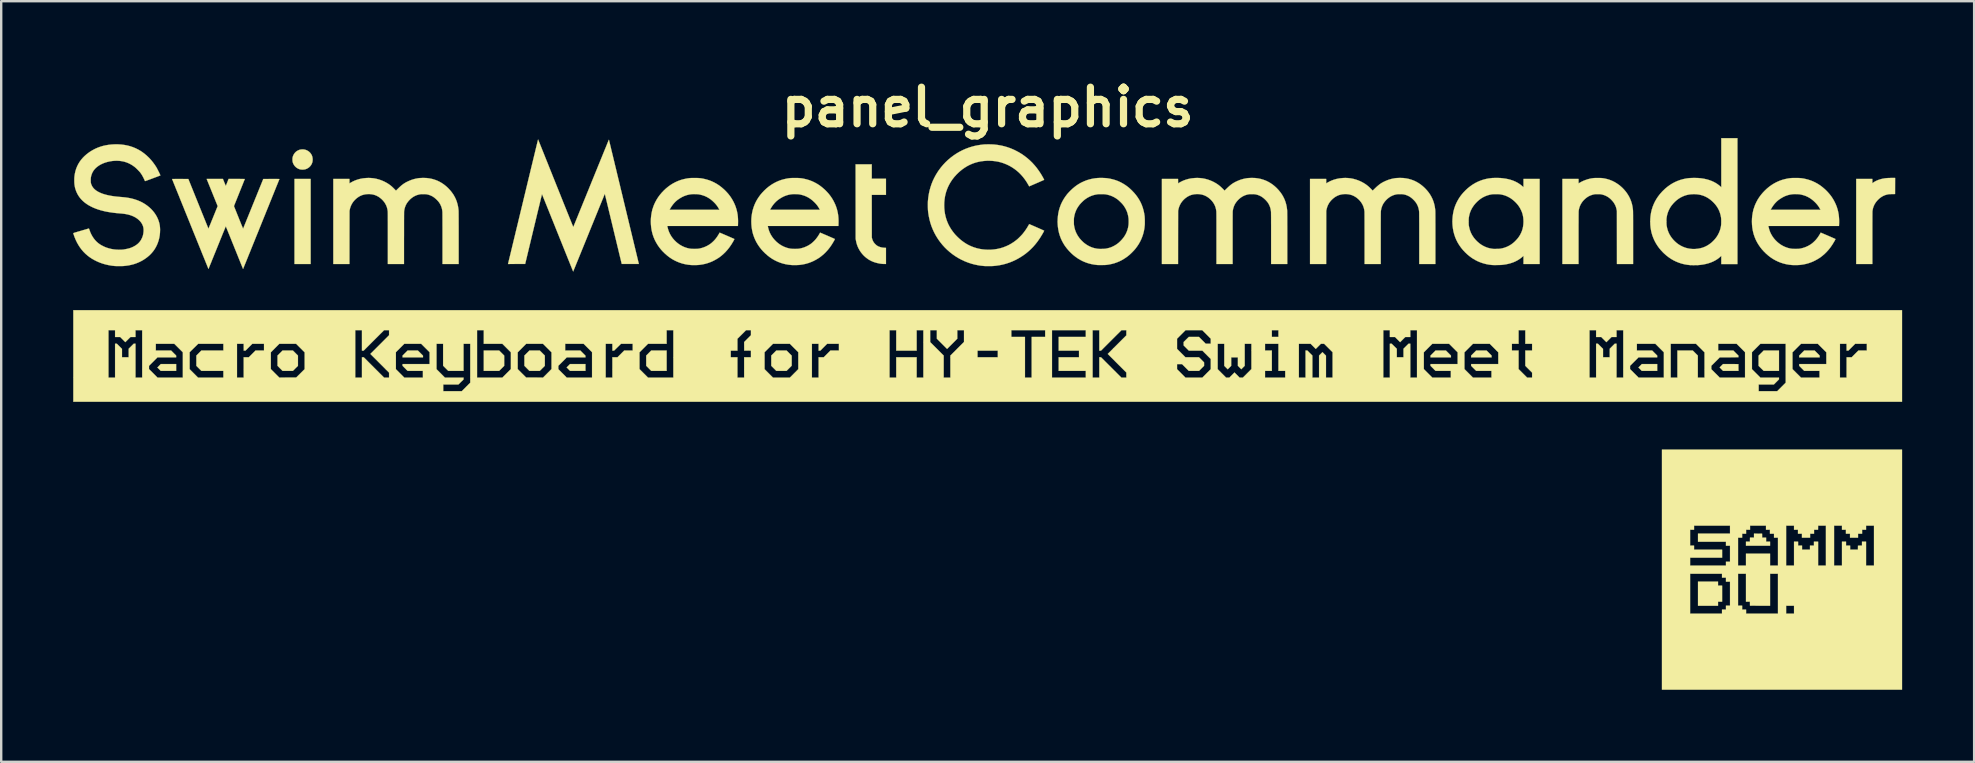
<source format=kicad_pcb>
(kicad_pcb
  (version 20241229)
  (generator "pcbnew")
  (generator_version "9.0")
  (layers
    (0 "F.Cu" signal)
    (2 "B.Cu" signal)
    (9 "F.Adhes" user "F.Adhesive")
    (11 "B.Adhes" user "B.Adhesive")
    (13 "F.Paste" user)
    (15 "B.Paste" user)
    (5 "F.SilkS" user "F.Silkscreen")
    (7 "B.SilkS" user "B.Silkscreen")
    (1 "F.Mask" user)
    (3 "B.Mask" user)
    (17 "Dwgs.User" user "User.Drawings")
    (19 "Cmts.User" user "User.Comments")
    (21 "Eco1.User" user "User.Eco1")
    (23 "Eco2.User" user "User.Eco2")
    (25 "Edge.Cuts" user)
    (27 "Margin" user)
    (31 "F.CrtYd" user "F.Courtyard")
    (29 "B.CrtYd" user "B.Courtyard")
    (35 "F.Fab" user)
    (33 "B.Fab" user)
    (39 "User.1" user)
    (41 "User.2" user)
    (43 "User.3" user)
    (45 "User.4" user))
  (footprint "panel_graphics"
    (layer "F.Cu")
    (at 38.105 13.762)
    (property "Reference" "panel_graphics" (at 0 -12.344 0) (layer "F.SilkS") (effects (font (size 1.524 1.524) (thickness 0.3))))
    (attr through_hole)
    (fp_poly (pts (xy -28.211 -5.812) (xy -28.884 -5.812) (xy -28.884 -9.356) (xy -28.211 -9.356) (xy -28.211 -5.812)) (stroke (width 0.01) (type solid)) (fill yes) (layer "F.SilkS"))
    (fp_poly (pts (xy -20.146 -1.996) (xy -20.146 -1.568) (xy -20.356 -1.359) (xy -20.997 -1.359) (xy -20.997 -2.206) (xy -20.356 -2.206) (xy -20.146 -1.996)) (stroke (width 0.01) (type solid)) (fill yes) (layer "F.SilkS"))
    (fp_poly (pts (xy 34.667 -1.996) (xy 34.667 -1.922) (xy 33.816 -1.922) (xy 33.816 -1.996) (xy 34.025 -2.206) (xy 34.457 -2.206) (xy 34.667 -1.996)) (stroke (width 0.01) (type solid)) (fill yes) (layer "F.SilkS"))
    (fp_poly (pts (xy -33.816 -1.359) (xy -34.457 -1.359) (xy -34.527 -1.429) (xy -34.597 -1.499) (xy -34.525 -1.571) (xy -34.453 -1.643) (xy -33.816 -1.643) (xy -33.816 -1.359)) (stroke (width 0.01) (type solid)) (fill yes) (layer "F.SilkS"))
    (fp_poly (pts (xy -23.636 -2.099) (xy -23.529 -1.992) (xy -23.529 -1.922) (xy -24.38 -1.922) (xy -24.38 -1.996) (xy -24.17 -2.206) (xy -23.743 -2.206) (xy -23.636 -2.099)) (stroke (width 0.01) (type solid)) (fill yes) (layer "F.SilkS"))
    (fp_poly (pts (xy -16.76 -1.359) (xy -17.401 -1.359) (xy -17.472 -1.43) (xy -17.543 -1.501) (xy -17.472 -1.572) (xy -17.401 -1.643) (xy -16.76 -1.643) (xy -16.76 -1.359)) (stroke (width 0.01) (type solid)) (fill yes) (layer "F.SilkS"))
    (fp_poly (pts (xy -13.377 -1.359) (xy -14.019 -1.359) (xy -14.123 -1.464) (xy -14.228 -1.569) (xy -14.228 -1.996) (xy -14.019 -2.206) (xy -13.377 -2.206) (xy -13.377 -1.359)) (stroke (width 0.01) (type solid)) (fill yes) (layer "F.SilkS"))
    (fp_poly (pts (xy 19.304 -1.996) (xy 19.304 -1.922) (xy 18.453 -1.922) (xy 18.453 -1.996) (xy 18.558 -2.101) (xy 18.663 -2.206) (xy 19.095 -2.206) (xy 19.304 -1.996)) (stroke (width 0.01) (type solid)) (fill yes) (layer "F.SilkS"))
    (fp_poly (pts (xy 20.893 -2.101) (xy 20.997 -1.996) (xy 20.997 -1.922) (xy 20.146 -1.922) (xy 20.146 -1.996) (xy 20.356 -2.206) (xy 20.788 -2.206) (xy 20.893 -2.101)) (stroke (width 0.01) (type solid)) (fill yes) (layer "F.SilkS"))
    (fp_poly (pts (xy 27.898 -1.359) (xy 27.256 -1.359) (xy 27.186 -1.429) (xy 27.117 -1.499) (xy 27.189 -1.571) (xy 27.26 -1.643) (xy 27.898 -1.643) (xy 27.898 -1.359)) (stroke (width 0.01) (type solid)) (fill yes) (layer "F.SilkS"))
    (fp_poly (pts (xy 30.433 7.59) (xy 30.603 7.59) (xy 30.603 8.259) (xy 30.433 8.259) (xy 30.433 8.429) (xy 29.599 8.429) (xy 29.599 7.421) (xy 30.433 7.421) (xy 30.433 7.59)) (stroke (width 0.01) (type solid)) (fill yes) (layer "F.SilkS"))
    (fp_poly (pts (xy 30.963 -1.642) (xy 31.282 -1.64) (xy 31.283 -1.5) (xy 31.284 -1.359) (xy 30.643 -1.359) (xy 30.572 -1.43) (xy 30.501 -1.501) (xy 30.572 -1.572) (xy 30.643 -1.643) (xy 30.963 -1.642)) (stroke (width 0.01) (type solid)) (fill yes) (layer "F.SilkS"))
    (fp_poly (pts (xy 32.973 -1.359) (xy 32.655 -1.359) (xy 32.336 -1.359) (xy 32.229 -1.463) (xy 32.123 -1.567) (xy 32.123 -1.992) (xy 32.229 -2.099) (xy 32.336 -2.206) (xy 32.973 -2.206) (xy 32.973 -1.359)) (stroke (width 0.01) (type solid)) (fill yes) (layer "F.SilkS"))
    (fp_poly (pts (xy -28.845 -2.101) (xy -28.74 -1.996) (xy -28.74 -1.568) (xy -28.845 -1.464) (xy -28.95 -1.359) (xy -29.382 -1.359) (xy -29.591 -1.569) (xy -29.591 -1.996) (xy -29.381 -2.206) (xy -28.95 -2.206) (xy -28.845 -2.101)) (stroke (width 0.01) (type solid)) (fill yes) (layer "F.SilkS"))
    (fp_poly (pts (xy -18.558 -2.101) (xy -18.453 -1.996) (xy -18.453 -1.568) (xy -18.558 -1.464) (xy -18.663 -1.359) (xy -19.095 -1.359) (xy -19.304 -1.569) (xy -19.304 -1.996) (xy -19.094 -2.206) (xy -18.663 -2.206) (xy -18.558 -2.101)) (stroke (width 0.01) (type solid)) (fill yes) (layer "F.SilkS"))
    (fp_poly (pts (xy -8.273 -2.099) (xy -8.166 -1.992) (xy -8.166 -1.573) (xy -8.273 -1.466) (xy -8.38 -1.359) (xy -8.808 -1.359) (xy -8.912 -1.464) (xy -9.017 -1.569) (xy -9.017 -1.996) (xy -8.912 -2.101) (xy -8.807 -2.206) (xy -8.38 -2.206) (xy -8.273 -2.099)) (stroke (width 0.01) (type solid)) (fill yes) (layer "F.SilkS"))
    (fp_poly (pts (xy 32.269 5.425) (xy 32.27 5.507) (xy 32.271 5.588) (xy 32.436 5.588) (xy 32.436 5.757) (xy 32.601 5.757) (xy 32.601 5.927) (xy 31.598 5.927) (xy 31.598 5.757) (xy 31.763 5.757) (xy 31.764 5.674) (xy 31.765 5.59) (xy 31.848 5.589) (xy 31.932 5.588) (xy 31.932 5.423) (xy 32.269 5.425)) (stroke (width 0.01) (type solid)) (fill yes) (layer "F.SilkS"))
    (fp_poly (pts (xy -4.83 -9.364) (xy -4.238 -9.364) (xy -4.238 -8.691) (xy -4.83 -8.691) (xy -4.829 -7.803) (xy -4.828 -6.915) (xy -4.819 -6.879) (xy -4.801 -6.82) (xy -4.778 -6.766) (xy -4.749 -6.716) (xy -4.713 -6.67) (xy -4.682 -6.638) (xy -4.646 -6.604) (xy -4.609 -6.576) (xy -4.571 -6.553) (xy -4.543 -6.54) (xy -4.483 -6.518) (xy -4.419 -6.501) (xy -4.35 -6.491) (xy -4.296 -6.487) (xy -4.238 -6.484) (xy -4.238 -5.812) (xy -4.298 -5.813) (xy -4.324 -5.813) (xy -4.352 -5.814) (xy -4.377 -5.816) (xy -4.398 -5.817) (xy -4.398 -5.817) (xy -4.487 -5.828) (xy -4.576 -5.846) (xy -4.664 -5.868) (xy -4.748 -5.895) (xy -4.818 -5.923) (xy -4.903 -5.965) (xy -4.983 -6.013) (xy -5.059 -6.068) (xy -5.13 -6.13) (xy -5.161 -6.159) (xy -5.225 -6.228) (xy -5.281 -6.299) (xy -5.331 -6.374) (xy -5.376 -6.453) (xy -5.381 -6.462) (xy -5.416 -6.538) (xy -5.445 -6.617) (xy -5.469 -6.699) (xy -5.487 -6.786) (xy -5.492 -6.81) (xy -5.501 -6.869) (xy -5.502 -8.417) (xy -5.503 -9.965) (xy -4.83 -9.965) (xy -4.83 -9.364)) (stroke (width 0.01) (type solid)) (fill yes) (layer "F.SilkS"))
    (fp_poly (pts (xy -28.522 -10.587) (xy -28.49 -10.584) (xy -28.486 -10.584) (xy -28.429 -10.571) (xy -28.375 -10.551) (xy -28.324 -10.524) (xy -28.278 -10.491) (xy -28.236 -10.452) (xy -28.201 -10.408) (xy -28.171 -10.36) (xy -28.149 -10.307) (xy -28.136 -10.256) (xy -28.128 -10.202) (xy -28.127 -10.147) (xy -28.132 -10.093) (xy -28.132 -10.088) (xy -28.146 -10.031) (xy -28.168 -9.978) (xy -28.196 -9.929) (xy -28.231 -9.885) (xy -28.271 -9.845) (xy -28.317 -9.811) (xy -28.367 -9.783) (xy -28.421 -9.762) (xy -28.462 -9.752) (xy -28.488 -9.748) (xy -28.52 -9.746) (xy -28.555 -9.745) (xy -28.589 -9.747) (xy -28.621 -9.749) (xy -28.645 -9.754) (xy -28.7 -9.77) (xy -28.752 -9.795) (xy -28.801 -9.826) (xy -28.844 -9.863) (xy -28.883 -9.906) (xy -28.915 -9.954) (xy -28.941 -10.006) (xy -28.956 -10.05) (xy -28.962 -10.074) (xy -28.965 -10.104) (xy -28.968 -10.138) (xy -28.968 -10.173) (xy -28.968 -10.206) (xy -28.965 -10.235) (xy -28.963 -10.249) (xy -28.947 -10.307) (xy -28.923 -10.361) (xy -28.893 -10.411) (xy -28.856 -10.457) (xy -28.813 -10.497) (xy -28.804 -10.504) (xy -28.778 -10.521) (xy -28.747 -10.539) (xy -28.714 -10.554) (xy -28.682 -10.567) (xy -28.658 -10.575) (xy -28.628 -10.581) (xy -28.594 -10.585) (xy -28.557 -10.587) (xy -28.522 -10.587)) (stroke (width 0.01) (type solid)) (fill yes) (layer "F.SilkS"))
    (fp_poly (pts (xy 37.811 -9.063) (xy 37.81 -8.727) (xy 37.683 -8.725) (xy 37.646 -8.724) (xy 37.616 -8.723) (xy 37.591 -8.722) (xy 37.572 -8.721) (xy 37.555 -8.72) (xy 37.54 -8.718) (xy 37.525 -8.715) (xy 37.509 -8.712) (xy 37.501 -8.711) (xy 37.423 -8.691) (xy 37.351 -8.664) (xy 37.282 -8.63) (xy 37.217 -8.588) (xy 37.154 -8.539) (xy 37.145 -8.531) (xy 37.082 -8.47) (xy 37.027 -8.406) (xy 36.981 -8.34) (xy 36.942 -8.27) (xy 36.911 -8.197) (xy 36.887 -8.12) (xy 36.872 -8.041) (xy 36.868 -8.013) (xy 36.868 -8.004) (xy 36.867 -7.987) (xy 36.867 -7.963) (xy 36.866 -7.931) (xy 36.866 -7.89) (xy 36.866 -7.843) (xy 36.865 -7.787) (xy 36.865 -7.723) (xy 36.865 -7.651) (xy 36.865 -7.571) (xy 36.864 -7.483) (xy 36.864 -7.386) (xy 36.864 -7.282) (xy 36.864 -7.169) (xy 36.864 -7.047) (xy 36.864 -6.918) (xy 36.864 -6.892) (xy 36.864 -5.812) (xy 36.191 -5.812) (xy 36.191 -9.356) (xy 36.864 -9.356) (xy 36.864 -9.267) (xy 36.864 -9.24) (xy 36.864 -9.217) (xy 36.865 -9.198) (xy 36.865 -9.185) (xy 36.866 -9.178) (xy 36.866 -9.178) (xy 36.87 -9.18) (xy 36.879 -9.187) (xy 36.89 -9.195) (xy 36.941 -9.231) (xy 36.999 -9.264) (xy 37.063 -9.294) (xy 37.133 -9.321) (xy 37.207 -9.345) (xy 37.285 -9.364) (xy 37.33 -9.372) (xy 37.361 -9.378) (xy 37.391 -9.382) (xy 37.418 -9.386) (xy 37.446 -9.389) (xy 37.475 -9.391) (xy 37.507 -9.393) (xy 37.542 -9.395) (xy 37.583 -9.396) (xy 37.631 -9.397) (xy 37.648 -9.397) (xy 37.812 -9.399) (xy 37.811 -9.063)) (stroke (width 0.01) (type solid)) (fill yes) (layer "F.SilkS"))
    (fp_poly (pts (xy 25.467 -9.396) (xy 25.506 -9.395) (xy 25.54 -9.394) (xy 25.569 -9.393) (xy 25.597 -9.391) (xy 25.623 -9.388) (xy 25.651 -9.384) (xy 25.68 -9.379) (xy 25.713 -9.373) (xy 25.727 -9.37) (xy 25.83 -9.346) (xy 25.931 -9.313) (xy 26.03 -9.273) (xy 26.126 -9.225) (xy 26.218 -9.169) (xy 26.307 -9.107) (xy 26.392 -9.037) (xy 26.461 -8.973) (xy 26.539 -8.889) (xy 26.609 -8.803) (xy 26.671 -8.713) (xy 26.726 -8.62) (xy 26.773 -8.523) (xy 26.812 -8.423) (xy 26.844 -8.32) (xy 26.868 -8.212) (xy 26.884 -8.101) (xy 26.89 -8.044) (xy 26.89 -8.032) (xy 26.891 -8.012) (xy 26.891 -7.984) (xy 26.892 -7.948) (xy 26.892 -7.903) (xy 26.893 -7.85) (xy 26.893 -7.788) (xy 26.893 -7.719) (xy 26.894 -7.641) (xy 26.894 -7.555) (xy 26.894 -7.461) (xy 26.894 -7.359) (xy 26.894 -7.248) (xy 26.894 -7.13) (xy 26.894 -7.004) (xy 26.894 -6.899) (xy 26.894 -5.812) (xy 26.221 -5.812) (xy 26.219 -8.02) (xy 26.209 -8.069) (xy 26.194 -8.138) (xy 26.174 -8.201) (xy 26.15 -8.26) (xy 26.12 -8.316) (xy 26.085 -8.372) (xy 26.078 -8.382) (xy 26.061 -8.404) (xy 26.04 -8.429) (xy 26.015 -8.457) (xy 25.989 -8.485) (xy 25.962 -8.512) (xy 25.937 -8.535) (xy 25.919 -8.551) (xy 25.854 -8.599) (xy 25.784 -8.64) (xy 25.711 -8.673) (xy 25.633 -8.699) (xy 25.574 -8.713) (xy 25.557 -8.716) (xy 25.541 -8.719) (xy 25.525 -8.72) (xy 25.508 -8.722) (xy 25.486 -8.722) (xy 25.46 -8.723) (xy 25.427 -8.723) (xy 25.423 -8.723) (xy 25.386 -8.723) (xy 25.355 -8.722) (xy 25.329 -8.721) (xy 25.306 -8.719) (xy 25.284 -8.716) (xy 25.261 -8.712) (xy 25.236 -8.706) (xy 25.216 -8.701) (xy 25.155 -8.682) (xy 25.094 -8.658) (xy 25.034 -8.628) (xy 24.98 -8.594) (xy 24.971 -8.588) (xy 24.903 -8.534) (xy 24.842 -8.477) (xy 24.788 -8.415) (xy 24.742 -8.349) (xy 24.702 -8.28) (xy 24.671 -8.207) (xy 24.647 -8.132) (xy 24.63 -8.053) (xy 24.626 -8.014) (xy 24.625 -8.005) (xy 24.624 -7.987) (xy 24.624 -7.96) (xy 24.624 -7.926) (xy 24.623 -7.883) (xy 24.623 -7.832) (xy 24.622 -7.773) (xy 24.622 -7.705) (xy 24.622 -7.629) (xy 24.622 -7.544) (xy 24.621 -7.451) (xy 24.621 -7.35) (xy 24.621 -7.24) (xy 24.621 -7.122) (xy 24.621 -6.996) (xy 24.621 -6.891) (xy 24.621 -5.812) (xy 23.948 -5.812) (xy 23.948 -9.356) (xy 24.621 -9.356) (xy 24.622 -9.263) (xy 24.623 -9.17) (xy 24.666 -9.196) (xy 24.743 -9.239) (xy 24.826 -9.278) (xy 24.913 -9.312) (xy 25.001 -9.342) (xy 25.089 -9.364) (xy 25.116 -9.37) (xy 25.151 -9.377) (xy 25.181 -9.382) (xy 25.209 -9.386) (xy 25.236 -9.39) (xy 25.263 -9.392) (xy 25.293 -9.394) (xy 25.326 -9.395) (xy 25.364 -9.395) (xy 25.408 -9.396) (xy 25.421 -9.396) (xy 25.467 -9.396)) (stroke (width 0.01) (type solid)) (fill yes) (layer "F.SilkS"))
    (fp_poly (pts (xy 38.1 11.925) (xy 28.097 11.925) (xy 28.097 7.095) (xy 29.269 7.095) (xy 29.269 8.755) (xy 30.599 8.755) (xy 30.599 8.589) (xy 30.764 8.589) (xy 30.764 8.424) (xy 30.933 8.424) (xy 30.933 7.425) (xy 30.764 7.425) (xy 30.764 7.26) (xy 30.599 7.26) (xy 30.599 7.095) (xy 31.267 7.095) (xy 31.267 8.424) (xy 31.437 8.424) (xy 31.437 8.589) (xy 31.602 8.589) (xy 31.602 8.755) (xy 32.931 8.755) (xy 32.931 8.429) (xy 33.27 8.429) (xy 33.27 8.755) (xy 33.6 8.755) (xy 33.6 8.429) (xy 33.27 8.429) (xy 32.931 8.429) (xy 32.931 7.095) (xy 32.601 7.095) (xy 32.601 8.429) (xy 31.765 8.426) (xy 31.764 8.343) (xy 31.763 8.259) (xy 31.598 8.259) (xy 31.598 7.095) (xy 31.267 7.095) (xy 30.599 7.095) (xy 29.269 7.095) (xy 28.097 7.095) (xy 28.097 5.262) (xy 29.269 5.262) (xy 29.269 5.922) (xy 29.434 5.922) (xy 29.434 6.092) (xy 30.603 6.092) (xy 30.603 6.426) (xy 29.269 6.426) (xy 29.269 6.756) (xy 30.764 6.756) (xy 30.764 6.591) (xy 30.933 6.591) (xy 30.933 5.927) (xy 30.764 5.927) (xy 30.764 5.762) (xy 29.599 5.762) (xy 29.599 5.592) (xy 31.267 5.592) (xy 31.267 6.756) (xy 31.598 6.756) (xy 31.598 6.257) (xy 32.601 6.257) (xy 32.601 6.756) (xy 32.931 6.756) (xy 32.931 5.592) (xy 32.766 5.592) (xy 32.766 5.427) (xy 32.597 5.427) (xy 32.597 5.262) (xy 32.432 5.262) (xy 32.432 5.093) (xy 33.27 5.093) (xy 33.27 6.756) (xy 33.6 6.756) (xy 33.6 5.757) (xy 33.769 5.757) (xy 33.769 5.922) (xy 33.934 5.922) (xy 33.934 6.092) (xy 34.265 6.092) (xy 34.265 5.922) (xy 34.43 5.922) (xy 34.43 5.757) (xy 34.603 5.757) (xy 34.603 6.756) (xy 34.929 6.756) (xy 34.929 5.093) (xy 35.268 5.093) (xy 35.268 6.756) (xy 35.598 6.756) (xy 35.598 5.757) (xy 35.767 5.757) (xy 35.767 5.922) (xy 35.937 5.922) (xy 35.937 6.092) (xy 36.263 6.092) (xy 36.264 6.008) (xy 36.265 5.925) (xy 36.348 5.923) (xy 36.432 5.922) (xy 36.432 5.757) (xy 36.601 5.757) (xy 36.601 6.756) (xy 36.932 6.756) (xy 36.932 5.093) (xy 36.601 5.093) (xy 36.601 5.262) (xy 36.436 5.262) (xy 36.436 5.427) (xy 36.267 5.427) (xy 36.267 5.592) (xy 35.933 5.592) (xy 35.933 5.427) (xy 35.763 5.427) (xy 35.763 5.262) (xy 35.598 5.262) (xy 35.598 5.093) (xy 35.268 5.093) (xy 34.929 5.093) (xy 34.603 5.093) (xy 34.602 5.176) (xy 34.601 5.26) (xy 34.518 5.261) (xy 34.434 5.262) (xy 34.434 5.427) (xy 34.269 5.427) (xy 34.269 5.592) (xy 33.93 5.592) (xy 33.93 5.427) (xy 33.765 5.427) (xy 33.765 5.262) (xy 33.6 5.262) (xy 33.6 5.093) (xy 33.27 5.093) (xy 32.432 5.093) (xy 31.767 5.093) (xy 31.767 5.262) (xy 31.602 5.262) (xy 31.602 5.427) (xy 31.437 5.427) (xy 31.437 5.592) (xy 31.267 5.592) (xy 29.599 5.592) (xy 29.599 5.423) (xy 30.933 5.423) (xy 30.933 5.093) (xy 29.434 5.093) (xy 29.434 5.262) (xy 29.269 5.262) (xy 28.097 5.262) (xy 28.097 1.922) (xy 38.1 1.922) (xy 38.1 11.925)) (stroke (width 0.01) (type solid)) (fill yes) (layer "F.SilkS"))
    (fp_poly (pts (xy 31.242 -5.808) (xy 30.569 -5.808) (xy 30.569 -6.152) (xy 30.534 -6.119) (xy 30.465 -6.059) (xy 30.389 -6.004) (xy 30.307 -5.955) (xy 30.219 -5.911) (xy 30.125 -5.872) (xy 30.025 -5.839) (xy 29.921 -5.812) (xy 29.811 -5.79) (xy 29.696 -5.774) (xy 29.61 -5.766) (xy 29.592 -5.765) (xy 29.567 -5.764) (xy 29.537 -5.763) (xy 29.504 -5.763) (xy 29.468 -5.763) (xy 29.431 -5.762) (xy 29.395 -5.762) (xy 29.361 -5.763) (xy 29.331 -5.763) (xy 29.306 -5.763) (xy 29.287 -5.764) (xy 29.282 -5.764) (xy 29.157 -5.778) (xy 29.036 -5.799) (xy 28.918 -5.828) (xy 28.804 -5.865) (xy 28.692 -5.91) (xy 28.584 -5.962) (xy 28.48 -6.022) (xy 28.379 -6.09) (xy 28.281 -6.166) (xy 28.187 -6.249) (xy 28.14 -6.294) (xy 28.053 -6.387) (xy 27.973 -6.483) (xy 27.902 -6.583) (xy 27.838 -6.686) (xy 27.782 -6.792) (xy 27.734 -6.901) (xy 27.693 -7.013) (xy 27.66 -7.129) (xy 27.644 -7.203) (xy 27.624 -7.323) (xy 27.612 -7.445) (xy 27.608 -7.568) (xy 27.609 -7.612) (xy 28.284 -7.612) (xy 28.284 -7.575) (xy 28.284 -7.536) (xy 28.286 -7.499) (xy 28.287 -7.464) (xy 28.289 -7.433) (xy 28.292 -7.409) (xy 28.293 -7.403) (xy 28.312 -7.308) (xy 28.337 -7.218) (xy 28.369 -7.132) (xy 28.408 -7.051) (xy 28.455 -6.972) (xy 28.509 -6.895) (xy 28.567 -6.825) (xy 28.637 -6.753) (xy 28.711 -6.687) (xy 28.789 -6.629) (xy 28.871 -6.579) (xy 28.956 -6.536) (xy 29.045 -6.5) (xy 29.137 -6.472) (xy 29.232 -6.452) (xy 29.33 -6.44) (xy 29.349 -6.439) (xy 29.376 -6.437) (xy 29.398 -6.436) (xy 29.416 -6.436) (xy 29.432 -6.436) (xy 29.45 -6.436) (xy 29.471 -6.437) (xy 29.498 -6.439) (xy 29.502 -6.439) (xy 29.6 -6.449) (xy 29.695 -6.467) (xy 29.786 -6.491) (xy 29.873 -6.524) (xy 29.956 -6.564) (xy 30.037 -6.612) (xy 30.116 -6.668) (xy 30.191 -6.732) (xy 30.192 -6.732) (xy 30.264 -6.803) (xy 30.329 -6.878) (xy 30.386 -6.956) (xy 30.435 -7.038) (xy 30.477 -7.123) (xy 30.512 -7.211) (xy 30.537 -7.298) (xy 30.545 -7.334) (xy 30.552 -7.366) (xy 30.557 -7.396) (xy 30.561 -7.426) (xy 30.564 -7.457) (xy 30.566 -7.492) (xy 30.566 -7.531) (xy 30.567 -7.576) (xy 30.567 -7.616) (xy 30.566 -7.649) (xy 30.565 -7.677) (xy 30.564 -7.701) (xy 30.562 -7.722) (xy 30.56 -7.742) (xy 30.559 -7.749) (xy 30.541 -7.845) (xy 30.515 -7.937) (xy 30.482 -8.026) (xy 30.441 -8.112) (xy 30.392 -8.194) (xy 30.336 -8.272) (xy 30.272 -8.346) (xy 30.268 -8.35) (xy 30.197 -8.421) (xy 30.124 -8.484) (xy 30.049 -8.539) (xy 29.972 -8.587) (xy 29.893 -8.627) (xy 29.811 -8.66) (xy 29.725 -8.686) (xy 29.668 -8.699) (xy 29.596 -8.711) (xy 29.52 -8.719) (xy 29.44 -8.722) (xy 29.36 -8.72) (xy 29.282 -8.714) (xy 29.221 -8.706) (xy 29.128 -8.686) (xy 29.038 -8.658) (xy 28.951 -8.622) (xy 28.867 -8.579) (xy 28.786 -8.528) (xy 28.709 -8.47) (xy 28.635 -8.404) (xy 28.566 -8.332) (xy 28.501 -8.253) (xy 28.5 -8.253) (xy 28.447 -8.176) (xy 28.401 -8.094) (xy 28.362 -8.009) (xy 28.33 -7.92) (xy 28.306 -7.828) (xy 28.29 -7.733) (xy 28.287 -7.703) (xy 28.285 -7.678) (xy 28.284 -7.648) (xy 28.284 -7.612) (xy 27.609 -7.612) (xy 27.611 -7.692) (xy 27.622 -7.815) (xy 27.64 -7.936) (xy 27.646 -7.965) (xy 27.674 -8.082) (xy 27.71 -8.196) (xy 27.754 -8.306) (xy 27.805 -8.414) (xy 27.865 -8.519) (xy 27.932 -8.62) (xy 28.007 -8.718) (xy 28.09 -8.813) (xy 28.142 -8.866) (xy 28.234 -8.954) (xy 28.33 -9.033) (xy 28.43 -9.105) (xy 28.532 -9.169) (xy 28.638 -9.225) (xy 28.747 -9.273) (xy 28.86 -9.314) (xy 28.976 -9.347) (xy 29.095 -9.372) (xy 29.1 -9.373) (xy 29.14 -9.379) (xy 29.178 -9.384) (xy 29.216 -9.389) (xy 29.256 -9.392) (xy 29.299 -9.394) (xy 29.348 -9.396) (xy 29.39 -9.397) (xy 29.476 -9.397) (xy 29.555 -9.396) (xy 29.63 -9.392) (xy 29.702 -9.385) (xy 29.773 -9.376) (xy 29.844 -9.364) (xy 29.877 -9.358) (xy 29.98 -9.334) (xy 30.079 -9.304) (xy 30.174 -9.268) (xy 30.263 -9.227) (xy 30.347 -9.181) (xy 30.426 -9.129) (xy 30.497 -9.074) (xy 30.532 -9.043) (xy 30.569 -9.008) (xy 30.569 -11.053) (xy 31.242 -11.053) (xy 31.242 -5.808)) (stroke (width 0.01) (type solid)) (fill yes) (layer "F.SilkS"))
    (fp_poly (pts (xy -25.684 -9.393) (xy -25.573 -9.381) (xy -25.465 -9.36) (xy -25.358 -9.331) (xy -25.253 -9.294) (xy -25.149 -9.249) (xy -25.114 -9.231) (xy -25.049 -9.196) (xy -24.989 -9.16) (xy -24.932 -9.122) (xy -24.877 -9.08) (xy -24.823 -9.035) (xy -24.768 -8.983) (xy -24.716 -8.931) (xy -24.655 -8.869) (xy -24.595 -8.929) (xy -24.538 -8.984) (xy -24.486 -9.033) (xy -24.437 -9.076) (xy -24.39 -9.114) (xy -24.344 -9.148) (xy -24.299 -9.178) (xy -24.254 -9.205) (xy -24.207 -9.23) (xy -24.201 -9.233) (xy -24.111 -9.275) (xy -24.023 -9.311) (xy -23.936 -9.34) (xy -23.847 -9.363) (xy -23.754 -9.381) (xy -23.713 -9.388) (xy -23.685 -9.391) (xy -23.649 -9.393) (xy -23.609 -9.395) (xy -23.566 -9.397) (xy -23.521 -9.397) (xy -23.477 -9.397) (xy -23.435 -9.396) (xy -23.397 -9.395) (xy -23.364 -9.392) (xy -23.36 -9.392) (xy -23.248 -9.376) (xy -23.141 -9.354) (xy -23.038 -9.323) (xy -22.938 -9.286) (xy -22.842 -9.24) (xy -22.749 -9.187) (xy -22.659 -9.126) (xy -22.572 -9.057) (xy -22.488 -8.98) (xy -22.475 -8.966) (xy -22.397 -8.883) (xy -22.327 -8.796) (xy -22.264 -8.707) (xy -22.21 -8.613) (xy -22.163 -8.517) (xy -22.124 -8.417) (xy -22.093 -8.313) (xy -22.069 -8.206) (xy -22.053 -8.095) (xy -22.047 -8.029) (xy -22.047 -8.017) (xy -22.046 -7.997) (xy -22.046 -7.969) (xy -22.046 -7.933) (xy -22.045 -7.89) (xy -22.045 -7.838) (xy -22.045 -7.779) (xy -22.044 -7.713) (xy -22.044 -7.64) (xy -22.044 -7.56) (xy -22.044 -7.473) (xy -22.043 -7.379) (xy -22.043 -7.279) (xy -22.043 -7.173) (xy -22.043 -7.06) (xy -22.043 -6.942) (xy -22.043 -6.889) (xy -22.043 -5.812) (xy -22.716 -5.812) (xy -22.716 -6.87) (xy -22.716 -6.995) (xy -22.716 -7.113) (xy -22.716 -7.225) (xy -22.716 -7.329) (xy -22.717 -7.426) (xy -22.717 -7.515) (xy -22.717 -7.597) (xy -22.717 -7.672) (xy -22.718 -7.739) (xy -22.718 -7.798) (xy -22.718 -7.849) (xy -22.719 -7.893) (xy -22.719 -7.928) (xy -22.719 -7.955) (xy -22.72 -7.974) (xy -22.72 -7.984) (xy -22.729 -8.06) (xy -22.744 -8.13) (xy -22.765 -8.197) (xy -22.793 -8.263) (xy -22.803 -8.285) (xy -22.825 -8.324) (xy -22.848 -8.361) (xy -22.873 -8.396) (xy -22.903 -8.431) (xy -22.937 -8.469) (xy -22.947 -8.479) (xy -23.004 -8.533) (xy -23.061 -8.58) (xy -23.119 -8.62) (xy -23.179 -8.652) (xy -23.243 -8.679) (xy -23.29 -8.695) (xy -23.321 -8.703) (xy -23.349 -8.71) (xy -23.376 -8.715) (xy -23.404 -8.719) (xy -23.434 -8.721) (xy -23.469 -8.722) (xy -23.51 -8.723) (xy -23.516 -8.723) (xy -23.554 -8.723) (xy -23.584 -8.722) (xy -23.61 -8.721) (xy -23.633 -8.719) (xy -23.656 -8.715) (xy -23.679 -8.711) (xy -23.704 -8.705) (xy -23.72 -8.701) (xy -23.793 -8.679) (xy -23.865 -8.648) (xy -23.933 -8.61) (xy -23.999 -8.564) (xy -24.061 -8.511) (xy -24.119 -8.451) (xy -24.165 -8.395) (xy -24.209 -8.332) (xy -24.246 -8.263) (xy -24.275 -8.19) (xy -24.298 -8.114) (xy -24.313 -8.035) (xy -24.316 -8.006) (xy -24.317 -7.996) (xy -24.317 -7.978) (xy -24.318 -7.952) (xy -24.318 -7.918) (xy -24.318 -7.876) (xy -24.319 -7.825) (xy -24.319 -7.766) (xy -24.319 -7.699) (xy -24.32 -7.624) (xy -24.32 -7.54) (xy -24.32 -7.448) (xy -24.32 -7.347) (xy -24.32 -7.238) (xy -24.32 -7.121) (xy -24.32 -6.995) (xy -24.321 -6.887) (xy -24.321 -5.812) (xy -24.994 -5.812) (xy -24.994 -6.882) (xy -24.994 -7.015) (xy -24.994 -7.14) (xy -24.994 -7.256) (xy -24.994 -7.364) (xy -24.994 -7.463) (xy -24.994 -7.554) (xy -24.995 -7.636) (xy -24.995 -7.711) (xy -24.995 -7.776) (xy -24.995 -7.834) (xy -24.996 -7.883) (xy -24.996 -7.923) (xy -24.997 -7.956) (xy -24.997 -7.98) (xy -24.998 -7.995) (xy -24.998 -8.001) (xy -25.01 -8.083) (xy -25.029 -8.161) (xy -25.056 -8.237) (xy -25.091 -8.308) (xy -25.133 -8.376) (xy -25.183 -8.44) (xy -25.195 -8.454) (xy -25.256 -8.516) (xy -25.32 -8.569) (xy -25.386 -8.615) (xy -25.456 -8.653) (xy -25.529 -8.683) (xy -25.604 -8.705) (xy -25.683 -8.719) (xy -25.739 -8.724) (xy -25.825 -8.725) (xy -25.907 -8.719) (xy -25.986 -8.704) (xy -26.061 -8.683) (xy -26.133 -8.653) (xy -26.202 -8.616) (xy -26.268 -8.57) (xy -26.321 -8.527) (xy -26.381 -8.468) (xy -26.434 -8.406) (xy -26.479 -8.34) (xy -26.517 -8.27) (xy -26.548 -8.196) (xy -26.572 -8.118) (xy -26.582 -8.071) (xy -26.591 -8.024) (xy -26.593 -6.918) (xy -26.594 -5.812) (xy -27.267 -5.812) (xy -27.267 -9.356) (xy -26.594 -9.356) (xy -26.592 -9.17) (xy -26.547 -9.198) (xy -26.459 -9.247) (xy -26.366 -9.29) (xy -26.269 -9.325) (xy -26.168 -9.354) (xy -26.064 -9.375) (xy -26.027 -9.381) (xy -25.91 -9.393) (xy -25.796 -9.398) (xy -25.684 -9.393)) (stroke (width 0.01) (type solid)) (fill yes) (layer "F.SilkS"))
    (fp_poly (pts (xy 8.843 -9.393) (xy 8.954 -9.381) (xy 9.062 -9.36) (xy 9.169 -9.331) (xy 9.274 -9.294) (xy 9.378 -9.249) (xy 9.413 -9.231) (xy 9.478 -9.196) (xy 9.538 -9.16) (xy 9.595 -9.122) (xy 9.65 -9.08) (xy 9.704 -9.035) (xy 9.759 -8.983) (xy 9.812 -8.931) (xy 9.872 -8.869) (xy 9.932 -8.929) (xy 9.989 -8.984) (xy 10.041 -9.033) (xy 10.09 -9.076) (xy 10.137 -9.114) (xy 10.183 -9.148) (xy 10.228 -9.178) (xy 10.274 -9.205) (xy 10.32 -9.23) (xy 10.326 -9.233) (xy 10.416 -9.275) (xy 10.504 -9.311) (xy 10.591 -9.34) (xy 10.681 -9.363) (xy 10.773 -9.381) (xy 10.814 -9.388) (xy 10.843 -9.391) (xy 10.878 -9.393) (xy 10.918 -9.395) (xy 10.961 -9.397) (xy 11.006 -9.397) (xy 11.05 -9.397) (xy 11.092 -9.396) (xy 11.13 -9.395) (xy 11.163 -9.392) (xy 11.168 -9.392) (xy 11.279 -9.376) (xy 11.386 -9.354) (xy 11.489 -9.323) (xy 11.589 -9.286) (xy 11.685 -9.24) (xy 11.778 -9.187) (xy 11.868 -9.126) (xy 11.955 -9.057) (xy 12.039 -8.98) (xy 12.053 -8.966) (xy 12.13 -8.883) (xy 12.2 -8.796) (xy 12.263 -8.707) (xy 12.317 -8.613) (xy 12.364 -8.517) (xy 12.403 -8.417) (xy 12.434 -8.313) (xy 12.458 -8.206) (xy 12.474 -8.095) (xy 12.48 -8.029) (xy 12.48 -8.017) (xy 12.481 -7.997) (xy 12.481 -7.969) (xy 12.481 -7.933) (xy 12.482 -7.89) (xy 12.482 -7.838) (xy 12.483 -7.779) (xy 12.483 -7.713) (xy 12.483 -7.64) (xy 12.483 -7.56) (xy 12.483 -7.473) (xy 12.484 -7.379) (xy 12.484 -7.279) (xy 12.484 -7.173) (xy 12.484 -7.06) (xy 12.484 -6.942) (xy 12.484 -6.889) (xy 12.484 -5.812) (xy 11.811 -5.812) (xy 11.811 -6.87) (xy 11.811 -6.995) (xy 11.811 -7.113) (xy 11.811 -7.225) (xy 11.811 -7.329) (xy 11.811 -7.426) (xy 11.81 -7.515) (xy 11.81 -7.597) (xy 11.81 -7.672) (xy 11.81 -7.739) (xy 11.809 -7.798) (xy 11.809 -7.849) (xy 11.808 -7.893) (xy 11.808 -7.928) (xy 11.808 -7.955) (xy 11.807 -7.974) (xy 11.807 -7.984) (xy 11.798 -8.06) (xy 11.783 -8.13) (xy 11.762 -8.197) (xy 11.734 -8.263) (xy 11.724 -8.285) (xy 11.702 -8.324) (xy 11.679 -8.361) (xy 11.654 -8.396) (xy 11.624 -8.431) (xy 11.59 -8.469) (xy 11.58 -8.479) (xy 11.523 -8.533) (xy 11.466 -8.58) (xy 11.408 -8.62) (xy 11.348 -8.652) (xy 11.284 -8.679) (xy 11.237 -8.695) (xy 11.206 -8.703) (xy 11.178 -8.71) (xy 11.151 -8.715) (xy 11.123 -8.719) (xy 11.093 -8.721) (xy 11.058 -8.722) (xy 11.017 -8.723) (xy 11.011 -8.723) (xy 10.974 -8.723) (xy 10.943 -8.722) (xy 10.917 -8.721) (xy 10.894 -8.719) (xy 10.872 -8.715) (xy 10.849 -8.711) (xy 10.823 -8.705) (xy 10.807 -8.701) (xy 10.734 -8.679) (xy 10.662 -8.648) (xy 10.594 -8.61) (xy 10.528 -8.564) (xy 10.466 -8.511) (xy 10.408 -8.451) (xy 10.362 -8.395) (xy 10.318 -8.332) (xy 10.281 -8.263) (xy 10.252 -8.19) (xy 10.229 -8.114) (xy 10.214 -8.035) (xy 10.211 -8.006) (xy 10.21 -7.996) (xy 10.21 -7.978) (xy 10.209 -7.952) (xy 10.209 -7.918) (xy 10.209 -7.876) (xy 10.208 -7.825) (xy 10.208 -7.766) (xy 10.208 -7.699) (xy 10.207 -7.624) (xy 10.207 -7.54) (xy 10.207 -7.448) (xy 10.207 -7.347) (xy 10.207 -7.238) (xy 10.207 -7.121) (xy 10.207 -6.995) (xy 10.207 -6.887) (xy 10.207 -5.812) (xy 9.533 -5.812) (xy 9.533 -6.882) (xy 9.533 -7.015) (xy 9.533 -7.14) (xy 9.533 -7.256) (xy 9.533 -7.364) (xy 9.533 -7.463) (xy 9.533 -7.554) (xy 9.533 -7.636) (xy 9.532 -7.711) (xy 9.532 -7.776) (xy 9.532 -7.834) (xy 9.531 -7.883) (xy 9.531 -7.923) (xy 9.53 -7.956) (xy 9.53 -7.98) (xy 9.529 -7.995) (xy 9.529 -8.001) (xy 9.517 -8.083) (xy 9.498 -8.161) (xy 9.471 -8.237) (xy 9.436 -8.308) (xy 9.394 -8.376) (xy 9.344 -8.44) (xy 9.332 -8.454) (xy 9.271 -8.516) (xy 9.208 -8.569) (xy 9.141 -8.615) (xy 9.071 -8.653) (xy 8.998 -8.683) (xy 8.923 -8.705) (xy 8.844 -8.719) (xy 8.788 -8.724) (xy 8.702 -8.725) (xy 8.62 -8.719) (xy 8.541 -8.704) (xy 8.466 -8.683) (xy 8.394 -8.653) (xy 8.325 -8.616) (xy 8.259 -8.57) (xy 8.206 -8.527) (xy 8.146 -8.468) (xy 8.093 -8.406) (xy 8.048 -8.34) (xy 8.01 -8.27) (xy 7.979 -8.196) (xy 7.955 -8.118) (xy 7.945 -8.071) (xy 7.936 -8.024) (xy 7.934 -6.918) (xy 7.933 -5.812) (xy 7.26 -5.812) (xy 7.26 -9.356) (xy 7.933 -9.356) (xy 7.934 -9.263) (xy 7.935 -9.17) (xy 7.98 -9.198) (xy 8.068 -9.247) (xy 8.161 -9.29) (xy 8.258 -9.325) (xy 8.359 -9.354) (xy 8.463 -9.375) (xy 8.501 -9.381) (xy 8.617 -9.393) (xy 8.731 -9.398) (xy 8.843 -9.393)) (stroke (width 0.01) (type solid)) (fill yes) (layer "F.SilkS"))
    (fp_poly (pts (xy 15.016 -9.393) (xy 15.126 -9.381) (xy 15.235 -9.36) (xy 15.341 -9.331) (xy 15.447 -9.294) (xy 15.55 -9.249) (xy 15.585 -9.231) (xy 15.65 -9.196) (xy 15.71 -9.16) (xy 15.767 -9.122) (xy 15.822 -9.08) (xy 15.876 -9.035) (xy 15.931 -8.983) (xy 15.984 -8.931) (xy 16.044 -8.869) (xy 16.104 -8.929) (xy 16.161 -8.984) (xy 16.213 -9.033) (xy 16.263 -9.076) (xy 16.31 -9.114) (xy 16.355 -9.148) (xy 16.4 -9.178) (xy 16.446 -9.205) (xy 16.492 -9.23) (xy 16.498 -9.233) (xy 16.588 -9.275) (xy 16.676 -9.311) (xy 16.764 -9.34) (xy 16.853 -9.363) (xy 16.945 -9.381) (xy 16.986 -9.388) (xy 17.015 -9.391) (xy 17.05 -9.393) (xy 17.09 -9.395) (xy 17.133 -9.397) (xy 17.178 -9.397) (xy 17.222 -9.397) (xy 17.264 -9.396) (xy 17.303 -9.395) (xy 17.335 -9.392) (xy 17.34 -9.392) (xy 17.451 -9.376) (xy 17.558 -9.354) (xy 17.661 -9.323) (xy 17.761 -9.286) (xy 17.857 -9.24) (xy 17.95 -9.187) (xy 18.04 -9.126) (xy 18.127 -9.057) (xy 18.211 -8.98) (xy 18.225 -8.966) (xy 18.303 -8.883) (xy 18.373 -8.796) (xy 18.435 -8.707) (xy 18.489 -8.613) (xy 18.536 -8.517) (xy 18.575 -8.417) (xy 18.606 -8.313) (xy 18.63 -8.206) (xy 18.646 -8.095) (xy 18.652 -8.029) (xy 18.652 -8.017) (xy 18.653 -7.997) (xy 18.653 -7.969) (xy 18.654 -7.933) (xy 18.654 -7.89) (xy 18.654 -7.838) (xy 18.655 -7.779) (xy 18.655 -7.713) (xy 18.655 -7.64) (xy 18.655 -7.56) (xy 18.656 -7.473) (xy 18.656 -7.379) (xy 18.656 -7.279) (xy 18.656 -7.173) (xy 18.656 -7.06) (xy 18.656 -6.942) (xy 18.656 -6.889) (xy 18.656 -5.812) (xy 17.983 -5.812) (xy 17.983 -6.87) (xy 17.983 -6.995) (xy 17.983 -7.113) (xy 17.983 -7.225) (xy 17.983 -7.329) (xy 17.983 -7.426) (xy 17.983 -7.515) (xy 17.982 -7.597) (xy 17.982 -7.672) (xy 17.982 -7.739) (xy 17.981 -7.798) (xy 17.981 -7.849) (xy 17.981 -7.893) (xy 17.98 -7.928) (xy 17.98 -7.955) (xy 17.979 -7.974) (xy 17.979 -7.984) (xy 17.97 -8.06) (xy 17.955 -8.13) (xy 17.934 -8.197) (xy 17.907 -8.263) (xy 17.896 -8.285) (xy 17.874 -8.324) (xy 17.851 -8.361) (xy 17.826 -8.396) (xy 17.797 -8.431) (xy 17.762 -8.469) (xy 17.752 -8.479) (xy 17.696 -8.533) (xy 17.639 -8.58) (xy 17.58 -8.62) (xy 17.52 -8.652) (xy 17.456 -8.679) (xy 17.41 -8.695) (xy 17.378 -8.703) (xy 17.35 -8.71) (xy 17.323 -8.715) (xy 17.295 -8.719) (xy 17.265 -8.721) (xy 17.231 -8.722) (xy 17.19 -8.723) (xy 17.183 -8.723) (xy 17.146 -8.723) (xy 17.115 -8.722) (xy 17.089 -8.721) (xy 17.066 -8.719) (xy 17.044 -8.715) (xy 17.021 -8.711) (xy 16.995 -8.705) (xy 16.979 -8.701) (xy 16.906 -8.679) (xy 16.835 -8.648) (xy 16.766 -8.61) (xy 16.701 -8.564) (xy 16.638 -8.511) (xy 16.58 -8.451) (xy 16.534 -8.395) (xy 16.49 -8.332) (xy 16.453 -8.263) (xy 16.424 -8.19) (xy 16.401 -8.114) (xy 16.387 -8.035) (xy 16.383 -8.006) (xy 16.383 -7.996) (xy 16.382 -7.978) (xy 16.382 -7.952) (xy 16.381 -7.918) (xy 16.381 -7.876) (xy 16.38 -7.825) (xy 16.38 -7.766) (xy 16.38 -7.699) (xy 16.38 -7.624) (xy 16.379 -7.54) (xy 16.379 -7.448) (xy 16.379 -7.347) (xy 16.379 -7.238) (xy 16.379 -7.121) (xy 16.379 -6.995) (xy 16.379 -6.887) (xy 16.379 -5.812) (xy 15.706 -5.812) (xy 15.706 -6.882) (xy 15.706 -7.015) (xy 15.706 -7.14) (xy 15.705 -7.256) (xy 15.705 -7.364) (xy 15.705 -7.463) (xy 15.705 -7.554) (xy 15.705 -7.636) (xy 15.704 -7.711) (xy 15.704 -7.776) (xy 15.704 -7.834) (xy 15.703 -7.883) (xy 15.703 -7.923) (xy 15.703 -7.956) (xy 15.702 -7.98) (xy 15.702 -7.995) (xy 15.701 -8.001) (xy 15.69 -8.083) (xy 15.67 -8.161) (xy 15.643 -8.237) (xy 15.608 -8.308) (xy 15.566 -8.376) (xy 15.516 -8.44) (xy 15.504 -8.454) (xy 15.443 -8.516) (xy 15.38 -8.569) (xy 15.313 -8.615) (xy 15.243 -8.653) (xy 15.171 -8.683) (xy 15.095 -8.705) (xy 15.017 -8.719) (xy 14.96 -8.724) (xy 14.874 -8.725) (xy 14.792 -8.719) (xy 14.714 -8.704) (xy 14.638 -8.683) (xy 14.566 -8.653) (xy 14.497 -8.616) (xy 14.431 -8.57) (xy 14.379 -8.527) (xy 14.318 -8.468) (xy 14.265 -8.406) (xy 14.22 -8.34) (xy 14.182 -8.27) (xy 14.151 -8.196) (xy 14.128 -8.118) (xy 14.117 -8.071) (xy 14.108 -8.024) (xy 14.107 -6.918) (xy 14.105 -5.812) (xy 13.432 -5.812) (xy 13.432 -9.356) (xy 14.105 -9.356) (xy 14.106 -9.263) (xy 14.108 -9.17) (xy 14.152 -9.198) (xy 14.24 -9.247) (xy 14.333 -9.29) (xy 14.43 -9.325) (xy 14.531 -9.354) (xy 14.635 -9.375) (xy 14.673 -9.381) (xy 14.789 -9.393) (xy 14.903 -9.398) (xy 15.016 -9.393)) (stroke (width 0.01) (type solid)) (fill yes) (layer "F.SilkS"))
    (fp_poly (pts (xy 21.239 -9.398) (xy 21.279 -9.397) (xy 21.316 -9.396) (xy 21.347 -9.395) (xy 21.366 -9.394) (xy 21.479 -9.382) (xy 21.586 -9.367) (xy 21.687 -9.347) (xy 21.782 -9.322) (xy 21.873 -9.293) (xy 21.92 -9.274) (xy 22.003 -9.238) (xy 22.083 -9.195) (xy 22.16 -9.147) (xy 22.231 -9.095) (xy 22.296 -9.04) (xy 22.3 -9.037) (xy 22.327 -9.012) (xy 22.327 -9.356) (xy 23 -9.356) (xy 23 -5.812) (xy 22.327 -5.812) (xy 22.327 -6.152) (xy 22.296 -6.123) (xy 22.234 -6.071) (xy 22.166 -6.021) (xy 22.092 -5.974) (xy 22.015 -5.932) (xy 21.936 -5.896) (xy 21.924 -5.891) (xy 21.848 -5.863) (xy 21.77 -5.838) (xy 21.688 -5.817) (xy 21.601 -5.799) (xy 21.509 -5.785) (xy 21.435 -5.776) (xy 21.415 -5.774) (xy 21.387 -5.772) (xy 21.354 -5.771) (xy 21.316 -5.77) (xy 21.276 -5.769) (xy 21.234 -5.768) (xy 21.191 -5.768) (xy 21.15 -5.767) (xy 21.111 -5.767) (xy 21.076 -5.768) (xy 21.046 -5.769) (xy 21.022 -5.77) (xy 21.012 -5.77) (xy 20.887 -5.786) (xy 20.766 -5.809) (xy 20.649 -5.84) (xy 20.535 -5.878) (xy 20.424 -5.924) (xy 20.317 -5.978) (xy 20.213 -6.04) (xy 20.163 -6.073) (xy 20.068 -6.144) (xy 19.976 -6.221) (xy 19.889 -6.304) (xy 19.807 -6.392) (xy 19.731 -6.484) (xy 19.662 -6.58) (xy 19.6 -6.678) (xy 19.576 -6.721) (xy 19.523 -6.826) (xy 19.478 -6.935) (xy 19.441 -7.048) (xy 19.41 -7.163) (xy 19.388 -7.282) (xy 19.373 -7.402) (xy 19.365 -7.524) (xy 19.366 -7.556) (xy 20.042 -7.556) (xy 20.043 -7.518) (xy 20.044 -7.483) (xy 20.045 -7.452) (xy 20.047 -7.428) (xy 20.048 -7.419) (xy 20.067 -7.322) (xy 20.092 -7.229) (xy 20.124 -7.141) (xy 20.163 -7.057) (xy 20.21 -6.977) (xy 20.264 -6.899) (xy 20.326 -6.825) (xy 20.396 -6.753) (xy 20.414 -6.737) (xy 20.488 -6.673) (xy 20.566 -6.617) (xy 20.648 -6.568) (xy 20.733 -6.527) (xy 20.82 -6.493) (xy 20.909 -6.468) (xy 21.001 -6.451) (xy 21.023 -6.448) (xy 21.041 -6.445) (xy 21.059 -6.443) (xy 21.071 -6.442) (xy 21.074 -6.441) (xy 21.088 -6.44) (xy 21.11 -6.44) (xy 21.136 -6.44) (xy 21.167 -6.44) (xy 21.2 -6.441) (xy 21.234 -6.442) (xy 21.267 -6.443) (xy 21.297 -6.444) (xy 21.324 -6.446) (xy 21.345 -6.448) (xy 21.357 -6.449) (xy 21.45 -6.467) (xy 21.537 -6.491) (xy 21.62 -6.522) (xy 21.7 -6.559) (xy 21.778 -6.603) (xy 21.819 -6.63) (xy 21.865 -6.663) (xy 21.91 -6.699) (xy 21.955 -6.739) (xy 22.001 -6.785) (xy 22.009 -6.793) (xy 22.076 -6.867) (xy 22.135 -6.944) (xy 22.185 -7.024) (xy 22.228 -7.107) (xy 22.263 -7.193) (xy 22.291 -7.282) (xy 22.31 -7.375) (xy 22.322 -7.472) (xy 22.327 -7.572) (xy 22.327 -7.578) (xy 22.324 -7.666) (xy 22.317 -7.748) (xy 22.303 -7.826) (xy 22.285 -7.902) (xy 22.26 -7.976) (xy 22.228 -8.05) (xy 22.214 -8.079) (xy 22.178 -8.148) (xy 22.137 -8.213) (xy 22.093 -8.274) (xy 22.042 -8.333) (xy 21.995 -8.383) (xy 21.925 -8.449) (xy 21.854 -8.506) (xy 21.782 -8.557) (xy 21.706 -8.6) (xy 21.682 -8.612) (xy 21.637 -8.634) (xy 21.597 -8.651) (xy 21.557 -8.666) (xy 21.516 -8.679) (xy 21.47 -8.691) (xy 21.434 -8.7) (xy 21.402 -8.707) (xy 21.372 -8.712) (xy 21.343 -8.716) (xy 21.313 -8.719) (xy 21.28 -8.721) (xy 21.243 -8.722) (xy 21.2 -8.723) (xy 21.181 -8.723) (xy 21.137 -8.723) (xy 21.099 -8.722) (xy 21.066 -8.72) (xy 21.036 -8.718) (xy 21.008 -8.715) (xy 20.98 -8.71) (xy 20.95 -8.704) (xy 20.917 -8.697) (xy 20.9 -8.693) (xy 20.81 -8.666) (xy 20.723 -8.632) (xy 20.638 -8.59) (xy 20.557 -8.54) (xy 20.479 -8.482) (xy 20.405 -8.417) (xy 20.333 -8.344) (xy 20.33 -8.34) (xy 20.267 -8.265) (xy 20.213 -8.188) (xy 20.166 -8.109) (xy 20.126 -8.026) (xy 20.094 -7.941) (xy 20.069 -7.851) (xy 20.051 -7.756) (xy 20.05 -7.755) (xy 20.048 -7.734) (xy 20.046 -7.705) (xy 20.044 -7.672) (xy 20.043 -7.635) (xy 20.042 -7.596) (xy 20.042 -7.556) (xy 19.366 -7.556) (xy 19.366 -7.646) (xy 19.367 -7.671) (xy 19.376 -7.79) (xy 19.392 -7.904) (xy 19.413 -8.013) (xy 19.441 -8.119) (xy 19.476 -8.222) (xy 19.517 -8.322) (xy 19.552 -8.395) (xy 19.599 -8.482) (xy 19.649 -8.565) (xy 19.703 -8.643) (xy 19.763 -8.72) (xy 19.828 -8.795) (xy 19.901 -8.87) (xy 19.919 -8.889) (xy 20.012 -8.974) (xy 20.109 -9.051) (xy 20.209 -9.121) (xy 20.312 -9.183) (xy 20.419 -9.237) (xy 20.53 -9.284) (xy 20.644 -9.323) (xy 20.761 -9.354) (xy 20.881 -9.377) (xy 21.004 -9.392) (xy 21.02 -9.394) (xy 21.045 -9.395) (xy 21.077 -9.396) (xy 21.114 -9.397) (xy 21.155 -9.398) (xy 21.197 -9.398) (xy 21.239 -9.398)) (stroke (width 0.01) (type solid)) (fill yes) (layer "F.SilkS"))
    (fp_poly (pts (xy 4.749 -9.397) (xy 4.798 -9.397) (xy 4.845 -9.395) (xy 4.89 -9.393) (xy 4.931 -9.39) (xy 4.966 -9.387) (xy 4.974 -9.386) (xy 5.096 -9.366) (xy 5.213 -9.339) (xy 5.326 -9.306) (xy 5.436 -9.265) (xy 5.542 -9.216) (xy 5.644 -9.16) (xy 5.726 -9.109) (xy 5.785 -9.068) (xy 5.841 -9.026) (xy 5.895 -8.982) (xy 5.948 -8.934) (xy 6.004 -8.881) (xy 6.018 -8.867) (xy 6.105 -8.775) (xy 6.184 -8.68) (xy 6.255 -8.582) (xy 6.318 -8.482) (xy 6.374 -8.378) (xy 6.422 -8.27) (xy 6.462 -8.159) (xy 6.495 -8.044) (xy 6.521 -7.925) (xy 6.539 -7.811) (xy 6.541 -7.786) (xy 6.543 -7.754) (xy 6.545 -7.717) (xy 6.547 -7.676) (xy 6.548 -7.633) (xy 6.548 -7.589) (xy 6.548 -7.547) (xy 6.548 -7.507) (xy 6.547 -7.471) (xy 6.546 -7.441) (xy 6.545 -7.431) (xy 6.532 -7.308) (xy 6.511 -7.188) (xy 6.483 -7.073) (xy 6.447 -6.962) (xy 6.404 -6.853) (xy 6.353 -6.748) (xy 6.295 -6.644) (xy 6.228 -6.543) (xy 6.153 -6.444) (xy 6.135 -6.422) (xy 6.113 -6.397) (xy 6.087 -6.368) (xy 6.057 -6.337) (xy 6.025 -6.304) (xy 5.992 -6.271) (xy 5.96 -6.24) (xy 5.929 -6.212) (xy 5.903 -6.188) (xy 5.893 -6.18) (xy 5.796 -6.104) (xy 5.697 -6.037) (xy 5.597 -5.977) (xy 5.495 -5.925) (xy 5.389 -5.881) (xy 5.281 -5.843) (xy 5.168 -5.813) (xy 5.052 -5.79) (xy 4.974 -5.778) (xy 4.953 -5.775) (xy 4.931 -5.773) (xy 4.91 -5.772) (xy 4.886 -5.77) (xy 4.858 -5.769) (xy 4.826 -5.769) (xy 4.788 -5.768) (xy 4.756 -5.768) (xy 4.719 -5.768) (xy 4.684 -5.768) (xy 4.65 -5.768) (xy 4.62 -5.768) (xy 4.595 -5.769) (xy 4.576 -5.77) (xy 4.568 -5.77) (xy 4.442 -5.786) (xy 4.321 -5.808) (xy 4.203 -5.838) (xy 4.09 -5.876) (xy 3.98 -5.921) (xy 3.874 -5.974) (xy 3.771 -6.034) (xy 3.672 -6.102) (xy 3.575 -6.178) (xy 3.482 -6.262) (xy 3.464 -6.28) (xy 3.376 -6.371) (xy 3.296 -6.465) (xy 3.223 -6.562) (xy 3.159 -6.662) (xy 3.102 -6.766) (xy 3.052 -6.873) (xy 3.01 -6.984) (xy 2.975 -7.099) (xy 2.968 -7.128) (xy 2.945 -7.236) (xy 2.928 -7.349) (xy 2.918 -7.464) (xy 2.914 -7.581) (xy 2.915 -7.6) (xy 3.592 -7.6) (xy 3.592 -7.562) (xy 3.592 -7.526) (xy 3.593 -7.492) (xy 3.594 -7.462) (xy 3.596 -7.438) (xy 3.598 -7.423) (xy 3.616 -7.326) (xy 3.641 -7.234) (xy 3.673 -7.146) (xy 3.713 -7.062) (xy 3.759 -6.981) (xy 3.814 -6.903) (xy 3.834 -6.877) (xy 3.858 -6.849) (xy 3.886 -6.818) (xy 3.917 -6.785) (xy 3.95 -6.753) (xy 3.981 -6.723) (xy 4.011 -6.697) (xy 4.026 -6.684) (xy 4.105 -6.626) (xy 4.186 -6.576) (xy 4.269 -6.534) (xy 4.355 -6.499) (xy 4.446 -6.472) (xy 4.54 -6.453) (xy 4.59 -6.445) (xy 4.616 -6.443) (xy 4.648 -6.441) (xy 4.685 -6.44) (xy 4.724 -6.44) (xy 4.765 -6.441) (xy 4.806 -6.442) (xy 4.844 -6.443) (xy 4.877 -6.446) (xy 4.904 -6.448) (xy 4.911 -6.449) (xy 4.946 -6.456) (xy 4.986 -6.464) (xy 5.027 -6.474) (xy 5.067 -6.485) (xy 5.103 -6.495) (xy 5.129 -6.504) (xy 5.188 -6.529) (xy 5.25 -6.559) (xy 5.311 -6.593) (xy 5.37 -6.63) (xy 5.423 -6.669) (xy 5.438 -6.68) (xy 5.453 -6.693) (xy 5.472 -6.709) (xy 5.493 -6.729) (xy 5.514 -6.749) (xy 5.526 -6.76) (xy 5.595 -6.833) (xy 5.657 -6.908) (xy 5.71 -6.985) (xy 5.756 -7.065) (xy 5.794 -7.148) (xy 5.826 -7.236) (xy 5.85 -7.327) (xy 5.865 -7.408) (xy 5.869 -7.438) (xy 5.872 -7.473) (xy 5.874 -7.514) (xy 5.875 -7.556) (xy 5.875 -7.599) (xy 5.874 -7.641) (xy 5.873 -7.679) (xy 5.87 -7.712) (xy 5.87 -7.717) (xy 5.855 -7.812) (xy 5.834 -7.901) (xy 5.807 -7.987) (xy 5.771 -8.069) (xy 5.729 -8.15) (xy 5.678 -8.228) (xy 5.648 -8.27) (xy 5.629 -8.293) (xy 5.605 -8.321) (xy 5.577 -8.351) (xy 5.546 -8.382) (xy 5.515 -8.413) (xy 5.483 -8.442) (xy 5.454 -8.469) (xy 5.427 -8.492) (xy 5.412 -8.503) (xy 5.337 -8.555) (xy 5.262 -8.599) (xy 5.185 -8.636) (xy 5.106 -8.667) (xy 5.023 -8.691) (xy 4.986 -8.7) (xy 4.954 -8.707) (xy 4.924 -8.713) (xy 4.895 -8.717) (xy 4.864 -8.719) (xy 4.831 -8.721) (xy 4.793 -8.722) (xy 4.749 -8.723) (xy 4.737 -8.723) (xy 4.692 -8.722) (xy 4.653 -8.722) (xy 4.62 -8.721) (xy 4.594 -8.719) (xy 4.578 -8.717) (xy 4.483 -8.7) (xy 4.393 -8.677) (xy 4.307 -8.646) (xy 4.225 -8.609) (xy 4.146 -8.565) (xy 4.069 -8.513) (xy 4.026 -8.48) (xy 4.001 -8.459) (xy 3.972 -8.432) (xy 3.941 -8.402) (xy 3.909 -8.371) (xy 3.879 -8.339) (xy 3.853 -8.31) (xy 3.831 -8.285) (xy 3.775 -8.208) (xy 3.726 -8.13) (xy 3.685 -8.048) (xy 3.651 -7.964) (xy 3.624 -7.875) (xy 3.604 -7.782) (xy 3.598 -7.745) (xy 3.596 -7.727) (xy 3.594 -7.701) (xy 3.593 -7.671) (xy 3.592 -7.636) (xy 3.592 -7.6) (xy 2.915 -7.6) (xy 2.918 -7.697) (xy 2.928 -7.813) (xy 2.944 -7.926) (xy 2.951 -7.961) (xy 2.978 -8.078) (xy 3.014 -8.191) (xy 3.056 -8.301) (xy 3.107 -8.408) (xy 3.165 -8.512) (xy 3.232 -8.614) (xy 3.306 -8.713) (xy 3.326 -8.738) (xy 3.341 -8.754) (xy 3.36 -8.775) (xy 3.382 -8.799) (xy 3.407 -8.825) (xy 3.432 -8.851) (xy 3.452 -8.871) (xy 3.534 -8.949) (xy 3.617 -9.019) (xy 3.701 -9.083) (xy 3.788 -9.14) (xy 3.878 -9.192) (xy 3.915 -9.211) (xy 4.021 -9.26) (xy 4.129 -9.302) (xy 4.24 -9.336) (xy 4.355 -9.363) (xy 4.474 -9.383) (xy 4.582 -9.394) (xy 4.616 -9.396) (xy 4.656 -9.397) (xy 4.701 -9.398) (xy 4.749 -9.397)) (stroke (width 0.01) (type solid)) (fill yes) (layer "F.SilkS"))
    (fp_poly (pts (xy -12.209 -9.396) (xy -12.155 -9.395) (xy -12.108 -9.395) (xy -12.067 -9.393) (xy -12.029 -9.391) (xy -11.994 -9.388) (xy -11.96 -9.384) (xy -11.925 -9.379) (xy -11.888 -9.373) (xy -11.847 -9.365) (xy -11.843 -9.364) (xy -11.725 -9.336) (xy -11.61 -9.301) (xy -11.499 -9.258) (xy -11.391 -9.207) (xy -11.287 -9.149) (xy -11.186 -9.083) (xy -11.089 -9.009) (xy -10.994 -8.927) (xy -10.948 -8.884) (xy -10.868 -8.801) (xy -10.795 -8.717) (xy -10.729 -8.631) (xy -10.669 -8.541) (xy -10.614 -8.447) (xy -10.581 -8.384) (xy -10.536 -8.286) (xy -10.498 -8.188) (xy -10.467 -8.089) (xy -10.442 -7.988) (xy -10.422 -7.882) (xy -10.419 -7.859) (xy -10.41 -7.781) (xy -10.404 -7.696) (xy -10.401 -7.607) (xy -10.402 -7.516) (xy -10.404 -7.45) (xy -10.407 -7.396) (xy -13.348 -7.396) (xy -13.346 -7.378) (xy -13.344 -7.366) (xy -13.34 -7.349) (xy -13.335 -7.329) (xy -13.33 -7.308) (xy -13.304 -7.216) (xy -13.269 -7.127) (xy -13.227 -7.042) (xy -13.178 -6.96) (xy -13.121 -6.881) (xy -13.056 -6.806) (xy -12.984 -6.735) (xy -12.924 -6.684) (xy -12.856 -6.633) (xy -12.782 -6.587) (xy -12.705 -6.546) (xy -12.626 -6.512) (xy -12.546 -6.484) (xy -12.466 -6.463) (xy -12.463 -6.463) (xy -12.431 -6.456) (xy -12.403 -6.451) (xy -12.377 -6.448) (xy -12.352 -6.445) (xy -12.326 -6.443) (xy -12.297 -6.442) (xy -12.263 -6.441) (xy -12.223 -6.441) (xy -12.217 -6.441) (xy -12.172 -6.441) (xy -12.132 -6.442) (xy -12.098 -6.444) (xy -12.067 -6.447) (xy -12.037 -6.451) (xy -12.006 -6.456) (xy -11.973 -6.464) (xy -11.94 -6.472) (xy -11.853 -6.497) (xy -11.767 -6.531) (xy -11.683 -6.571) (xy -11.603 -6.618) (xy -11.537 -6.664) (xy -11.514 -6.683) (xy -11.487 -6.706) (xy -11.458 -6.733) (xy -11.428 -6.761) (xy -11.4 -6.789) (xy -11.375 -6.816) (xy -11.358 -6.835) (xy -11.312 -6.892) (xy -11.268 -6.954) (xy -11.227 -7.017) (xy -11.192 -7.077) (xy -11.183 -7.093) (xy -11.175 -7.107) (xy -11.17 -7.116) (xy -11.168 -7.118) (xy -11.164 -7.117) (xy -11.153 -7.112) (xy -11.135 -7.105) (xy -11.112 -7.095) (xy -11.084 -7.083) (xy -11.052 -7.07) (xy -11.016 -7.054) (xy -10.978 -7.038) (xy -10.938 -7.021) (xy -10.896 -7.003) (xy -10.854 -6.985) (xy -10.812 -6.966) (xy -10.771 -6.949) (xy -10.731 -6.931) (xy -10.694 -6.915) (xy -10.66 -6.9) (xy -10.629 -6.887) (xy -10.603 -6.875) (xy -10.582 -6.866) (xy -10.567 -6.859) (xy -10.559 -6.855) (xy -10.558 -6.854) (xy -10.556 -6.852) (xy -10.556 -6.846) (xy -10.559 -6.838) (xy -10.564 -6.825) (xy -10.573 -6.808) (xy -10.585 -6.786) (xy -10.601 -6.757) (xy -10.615 -6.731) (xy -10.683 -6.62) (xy -10.756 -6.514) (xy -10.834 -6.414) (xy -10.917 -6.321) (xy -11.005 -6.234) (xy -11.097 -6.154) (xy -11.16 -6.105) (xy -11.208 -6.071) (xy -11.262 -6.037) (xy -11.321 -6.002) (xy -11.381 -5.969) (xy -11.441 -5.938) (xy -11.499 -5.911) (xy -11.54 -5.894) (xy -11.654 -5.852) (xy -11.771 -5.818) (xy -11.891 -5.793) (xy -12.012 -5.775) (xy -12.041 -5.772) (xy -12.064 -5.771) (xy -12.092 -5.769) (xy -12.126 -5.768) (xy -12.163 -5.767) (xy -12.202 -5.767) (xy -12.241 -5.766) (xy -12.278 -5.766) (xy -12.311 -5.767) (xy -12.34 -5.768) (xy -12.361 -5.769) (xy -12.486 -5.782) (xy -12.607 -5.803) (xy -12.725 -5.832) (xy -12.84 -5.869) (xy -12.951 -5.914) (xy -13.059 -5.966) (xy -13.164 -6.026) (xy -13.265 -6.094) (xy -13.363 -6.17) (xy -13.457 -6.253) (xy -13.548 -6.344) (xy -13.613 -6.416) (xy -13.687 -6.509) (xy -13.755 -6.607) (xy -13.816 -6.709) (xy -13.871 -6.814) (xy -13.917 -6.923) (xy -13.956 -7.034) (xy -13.976 -7.106) (xy -14.002 -7.22) (xy -14.021 -7.338) (xy -14.032 -7.458) (xy -14.036 -7.578) (xy -14.033 -7.699) (xy -14.022 -7.818) (xy -14.004 -7.935) (xy -13.979 -8.049) (xy -13.978 -8.051) (xy -13.973 -8.069) (xy -13.258 -8.069) (xy -12.219 -8.069) (xy -12.126 -8.069) (xy -12.035 -8.069) (xy -11.947 -8.069) (xy -11.862 -8.069) (xy -11.779 -8.069) (xy -11.701 -8.069) (xy -11.627 -8.069) (xy -11.557 -8.069) (xy -11.492 -8.069) (xy -11.432 -8.07) (xy -11.377 -8.07) (xy -11.329 -8.07) (xy -11.286 -8.07) (xy -11.251 -8.07) (xy -11.222 -8.071) (xy -11.2 -8.071) (xy -11.186 -8.071) (xy -11.18 -8.071) (xy -11.18 -8.071) (xy -11.182 -8.078) (xy -11.188 -8.09) (xy -11.197 -8.106) (xy -11.207 -8.125) (xy -11.219 -8.146) (xy -11.232 -8.167) (xy -11.244 -8.186) (xy -11.251 -8.198) (xy -11.282 -8.242) (xy -11.314 -8.283) (xy -11.347 -8.322) (xy -11.385 -8.363) (xy -11.406 -8.384) (xy -11.48 -8.453) (xy -11.555 -8.513) (xy -11.633 -8.565) (xy -11.714 -8.61) (xy -11.798 -8.648) (xy -11.886 -8.678) (xy -11.978 -8.702) (xy -12.047 -8.715) (xy -12.07 -8.717) (xy -12.1 -8.72) (xy -12.135 -8.722) (xy -12.172 -8.723) (xy -12.211 -8.724) (xy -12.248 -8.724) (xy -12.282 -8.724) (xy -12.312 -8.722) (xy -12.328 -8.721) (xy -12.414 -8.71) (xy -12.495 -8.693) (xy -12.572 -8.67) (xy -12.648 -8.642) (xy -12.717 -8.61) (xy -12.754 -8.59) (xy -12.796 -8.566) (xy -12.838 -8.54) (xy -12.88 -8.512) (xy -12.918 -8.486) (xy -12.933 -8.474) (xy -12.999 -8.418) (xy -13.061 -8.354) (xy -13.12 -8.284) (xy -13.176 -8.206) (xy -13.229 -8.12) (xy -13.233 -8.113) (xy -13.258 -8.069) (xy -13.973 -8.069) (xy -13.944 -8.166) (xy -13.903 -8.278) (xy -13.853 -8.386) (xy -13.796 -8.491) (xy -13.732 -8.592) (xy -13.659 -8.691) (xy -13.579 -8.786) (xy -13.502 -8.867) (xy -13.41 -8.954) (xy -13.313 -9.033) (xy -13.214 -9.105) (xy -13.111 -9.169) (xy -13.005 -9.225) (xy -12.896 -9.273) (xy -12.784 -9.314) (xy -12.669 -9.346) (xy -12.551 -9.371) (xy -12.533 -9.374) (xy -12.498 -9.38) (xy -12.467 -9.384) (xy -12.439 -9.388) (xy -12.411 -9.391) (xy -12.383 -9.393) (xy -12.352 -9.394) (xy -12.319 -9.395) (xy -12.28 -9.396) (xy -12.235 -9.396) (xy -12.209 -9.396)) (stroke (width 0.01) (type solid)) (fill yes) (layer "F.SilkS"))
    (fp_poly (pts (xy -8.022 -9.396) (xy -7.968 -9.395) (xy -7.922 -9.395) (xy -7.88 -9.393) (xy -7.843 -9.391) (xy -7.808 -9.388) (xy -7.773 -9.384) (xy -7.738 -9.379) (xy -7.701 -9.373) (xy -7.66 -9.365) (xy -7.656 -9.364) (xy -7.538 -9.336) (xy -7.423 -9.301) (xy -7.312 -9.258) (xy -7.205 -9.207) (xy -7.1 -9.149) (xy -6.999 -9.083) (xy -6.902 -9.009) (xy -6.807 -8.927) (xy -6.761 -8.884) (xy -6.681 -8.801) (xy -6.608 -8.717) (xy -6.542 -8.631) (xy -6.482 -8.541) (xy -6.427 -8.447) (xy -6.395 -8.384) (xy -6.349 -8.286) (xy -6.311 -8.188) (xy -6.28 -8.089) (xy -6.255 -7.988) (xy -6.235 -7.882) (xy -6.232 -7.859) (xy -6.223 -7.781) (xy -6.217 -7.696) (xy -6.214 -7.607) (xy -6.215 -7.516) (xy -6.217 -7.45) (xy -6.22 -7.396) (xy -9.162 -7.396) (xy -9.159 -7.378) (xy -9.157 -7.366) (xy -9.153 -7.349) (xy -9.148 -7.329) (xy -9.143 -7.308) (xy -9.117 -7.216) (xy -9.083 -7.127) (xy -9.041 -7.042) (xy -8.991 -6.96) (xy -8.934 -6.881) (xy -8.869 -6.806) (xy -8.798 -6.735) (xy -8.737 -6.684) (xy -8.669 -6.633) (xy -8.596 -6.587) (xy -8.519 -6.546) (xy -8.439 -6.512) (xy -8.359 -6.484) (xy -8.28 -6.463) (xy -8.276 -6.463) (xy -8.244 -6.456) (xy -8.216 -6.451) (xy -8.19 -6.448) (xy -8.165 -6.445) (xy -8.139 -6.443) (xy -8.11 -6.442) (xy -8.076 -6.441) (xy -8.036 -6.441) (xy -8.031 -6.441) (xy -7.985 -6.441) (xy -7.946 -6.442) (xy -7.911 -6.444) (xy -7.88 -6.447) (xy -7.85 -6.451) (xy -7.819 -6.456) (xy -7.787 -6.464) (xy -7.753 -6.472) (xy -7.666 -6.497) (xy -7.58 -6.531) (xy -7.496 -6.571) (xy -7.416 -6.618) (xy -7.35 -6.664) (xy -7.327 -6.683) (xy -7.3 -6.706) (xy -7.271 -6.733) (xy -7.241 -6.761) (xy -7.213 -6.789) (xy -7.188 -6.816) (xy -7.171 -6.835) (xy -7.126 -6.892) (xy -7.081 -6.954) (xy -7.04 -7.017) (xy -7.005 -7.077) (xy -6.996 -7.093) (xy -6.989 -7.107) (xy -6.983 -7.116) (xy -6.981 -7.118) (xy -6.977 -7.117) (xy -6.966 -7.112) (xy -6.948 -7.105) (xy -6.925 -7.095) (xy -6.897 -7.083) (xy -6.865 -7.07) (xy -6.83 -7.054) (xy -6.791 -7.038) (xy -6.751 -7.021) (xy -6.709 -7.003) (xy -6.667 -6.985) (xy -6.625 -6.966) (xy -6.584 -6.949) (xy -6.544 -6.931) (xy -6.507 -6.915) (xy -6.473 -6.9) (xy -6.442 -6.887) (xy -6.416 -6.875) (xy -6.396 -6.866) (xy -6.381 -6.859) (xy -6.372 -6.855) (xy -6.371 -6.854) (xy -6.369 -6.852) (xy -6.369 -6.846) (xy -6.372 -6.838) (xy -6.378 -6.825) (xy -6.386 -6.808) (xy -6.398 -6.786) (xy -6.414 -6.757) (xy -6.429 -6.731) (xy -6.496 -6.62) (xy -6.569 -6.514) (xy -6.647 -6.414) (xy -6.731 -6.321) (xy -6.818 -6.234) (xy -6.911 -6.154) (xy -6.974 -6.105) (xy -7.021 -6.071) (xy -7.076 -6.037) (xy -7.134 -6.002) (xy -7.194 -5.969) (xy -7.254 -5.938) (xy -7.313 -5.911) (xy -7.354 -5.894) (xy -7.467 -5.852) (xy -7.584 -5.818) (xy -7.704 -5.793) (xy -7.825 -5.775) (xy -7.855 -5.772) (xy -7.877 -5.771) (xy -7.906 -5.769) (xy -7.94 -5.768) (xy -7.977 -5.767) (xy -8.015 -5.767) (xy -8.054 -5.766) (xy -8.091 -5.766) (xy -8.125 -5.767) (xy -8.153 -5.768) (xy -8.175 -5.769) (xy -8.299 -5.782) (xy -8.42 -5.803) (xy -8.538 -5.832) (xy -8.653 -5.869) (xy -8.764 -5.914) (xy -8.872 -5.966) (xy -8.977 -6.026) (xy -9.078 -6.094) (xy -9.176 -6.17) (xy -9.27 -6.253) (xy -9.361 -6.344) (xy -9.426 -6.416) (xy -9.5 -6.509) (xy -9.568 -6.607) (xy -9.63 -6.709) (xy -9.684 -6.814) (xy -9.73 -6.923) (xy -9.769 -7.034) (xy -9.79 -7.106) (xy -9.815 -7.22) (xy -9.834 -7.338) (xy -9.845 -7.458) (xy -9.849 -7.578) (xy -9.846 -7.699) (xy -9.835 -7.818) (xy -9.817 -7.935) (xy -9.792 -8.049) (xy -9.792 -8.051) (xy -9.786 -8.069) (xy -9.072 -8.069) (xy -8.033 -8.069) (xy -7.939 -8.069) (xy -7.848 -8.069) (xy -7.76 -8.069) (xy -7.675 -8.069) (xy -7.593 -8.069) (xy -7.514 -8.069) (xy -7.44 -8.069) (xy -7.37 -8.069) (xy -7.305 -8.069) (xy -7.245 -8.07) (xy -7.191 -8.07) (xy -7.142 -8.07) (xy -7.1 -8.07) (xy -7.064 -8.07) (xy -7.035 -8.071) (xy -7.013 -8.071) (xy -6.999 -8.071) (xy -6.994 -8.071) (xy -6.993 -8.071) (xy -6.996 -8.078) (xy -7.001 -8.09) (xy -7.01 -8.106) (xy -7.021 -8.125) (xy -7.033 -8.146) (xy -7.045 -8.167) (xy -7.057 -8.186) (xy -7.065 -8.198) (xy -7.095 -8.242) (xy -7.127 -8.283) (xy -7.16 -8.322) (xy -7.198 -8.363) (xy -7.22 -8.384) (xy -7.293 -8.453) (xy -7.369 -8.513) (xy -7.446 -8.565) (xy -7.527 -8.61) (xy -7.611 -8.648) (xy -7.699 -8.678) (xy -7.792 -8.702) (xy -7.86 -8.715) (xy -7.883 -8.717) (xy -7.913 -8.72) (xy -7.948 -8.722) (xy -7.985 -8.723) (xy -8.024 -8.724) (xy -8.061 -8.724) (xy -8.095 -8.724) (xy -8.125 -8.722) (xy -8.141 -8.721) (xy -8.227 -8.71) (xy -8.308 -8.693) (xy -8.386 -8.67) (xy -8.462 -8.642) (xy -8.53 -8.61) (xy -8.568 -8.59) (xy -8.609 -8.566) (xy -8.652 -8.54) (xy -8.693 -8.512) (xy -8.731 -8.486) (xy -8.746 -8.474) (xy -8.812 -8.418) (xy -8.875 -8.354) (xy -8.934 -8.284) (xy -8.99 -8.206) (xy -9.042 -8.12) (xy -9.047 -8.113) (xy -9.072 -8.069) (xy -9.786 -8.069) (xy -9.757 -8.166) (xy -9.716 -8.278) (xy -9.667 -8.386) (xy -9.61 -8.491) (xy -9.545 -8.592) (xy -9.473 -8.691) (xy -9.392 -8.786) (xy -9.315 -8.867) (xy -9.223 -8.954) (xy -9.127 -9.033) (xy -9.027 -9.105) (xy -8.924 -9.169) (xy -8.818 -9.225) (xy -8.709 -9.273) (xy -8.597 -9.314) (xy -8.482 -9.346) (xy -8.365 -9.371) (xy -8.346 -9.374) (xy -8.311 -9.38) (xy -8.281 -9.384) (xy -8.252 -9.388) (xy -8.224 -9.391) (xy -8.196 -9.393) (xy -8.166 -9.394) (xy -8.132 -9.395) (xy -8.093 -9.396) (xy -8.048 -9.396) (xy -8.022 -9.396)) (stroke (width 0.01) (type solid)) (fill yes) (layer "F.SilkS"))
    (fp_poly (pts (xy 33.672 -9.396) (xy 33.726 -9.395) (xy 33.772 -9.395) (xy 33.814 -9.393) (xy 33.851 -9.391) (xy 33.887 -9.388) (xy 33.921 -9.384) (xy 33.956 -9.379) (xy 33.993 -9.373) (xy 34.034 -9.365) (xy 34.038 -9.364) (xy 34.156 -9.336) (xy 34.271 -9.301) (xy 34.382 -9.258) (xy 34.49 -9.207) (xy 34.594 -9.149) (xy 34.695 -9.083) (xy 34.792 -9.009) (xy 34.887 -8.927) (xy 34.933 -8.884) (xy 35.013 -8.801) (xy 35.086 -8.717) (xy 35.152 -8.631) (xy 35.212 -8.541) (xy 35.267 -8.447) (xy 35.299 -8.384) (xy 35.345 -8.286) (xy 35.383 -8.188) (xy 35.414 -8.089) (xy 35.439 -7.988) (xy 35.459 -7.882) (xy 35.462 -7.859) (xy 35.471 -7.781) (xy 35.477 -7.696) (xy 35.48 -7.607) (xy 35.479 -7.516) (xy 35.477 -7.45) (xy 35.474 -7.396) (xy 32.532 -7.396) (xy 32.535 -7.378) (xy 32.537 -7.366) (xy 32.541 -7.349) (xy 32.546 -7.329) (xy 32.551 -7.308) (xy 32.577 -7.216) (xy 32.611 -7.127) (xy 32.654 -7.042) (xy 32.703 -6.96) (xy 32.76 -6.881) (xy 32.825 -6.806) (xy 32.897 -6.735) (xy 32.957 -6.684) (xy 33.025 -6.633) (xy 33.098 -6.587) (xy 33.176 -6.546) (xy 33.255 -6.512) (xy 33.335 -6.484) (xy 33.414 -6.463) (xy 33.418 -6.463) (xy 33.45 -6.456) (xy 33.478 -6.451) (xy 33.504 -6.448) (xy 33.529 -6.445) (xy 33.555 -6.443) (xy 33.584 -6.442) (xy 33.618 -6.441) (xy 33.658 -6.441) (xy 33.663 -6.441) (xy 33.709 -6.441) (xy 33.748 -6.442) (xy 33.783 -6.444) (xy 33.814 -6.447) (xy 33.844 -6.451) (xy 33.875 -6.456) (xy 33.908 -6.464) (xy 33.941 -6.472) (xy 34.028 -6.497) (xy 34.114 -6.531) (xy 34.198 -6.571) (xy 34.278 -6.618) (xy 34.344 -6.664) (xy 34.367 -6.683) (xy 34.394 -6.706) (xy 34.423 -6.733) (xy 34.453 -6.761) (xy 34.481 -6.789) (xy 34.506 -6.816) (xy 34.523 -6.835) (xy 34.569 -6.892) (xy 34.613 -6.954) (xy 34.654 -7.017) (xy 34.689 -7.077) (xy 34.698 -7.093) (xy 34.705 -7.107) (xy 34.711 -7.116) (xy 34.713 -7.118) (xy 34.717 -7.117) (xy 34.728 -7.112) (xy 34.746 -7.105) (xy 34.769 -7.095) (xy 34.797 -7.083) (xy 34.829 -7.07) (xy 34.865 -7.054) (xy 34.903 -7.038) (xy 34.943 -7.021) (xy 34.985 -7.003) (xy 35.027 -6.985) (xy 35.069 -6.966) (xy 35.11 -6.949) (xy 35.15 -6.931) (xy 35.187 -6.915) (xy 35.221 -6.9) (xy 35.252 -6.887) (xy 35.278 -6.875) (xy 35.299 -6.866) (xy 35.313 -6.859) (xy 35.322 -6.855) (xy 35.323 -6.854) (xy 35.325 -6.852) (xy 35.325 -6.846) (xy 35.322 -6.838) (xy 35.317 -6.825) (xy 35.308 -6.808) (xy 35.296 -6.786) (xy 35.28 -6.757) (xy 35.265 -6.731) (xy 35.198 -6.62) (xy 35.125 -6.514) (xy 35.047 -6.414) (xy 34.964 -6.321) (xy 34.876 -6.234) (xy 34.783 -6.154) (xy 34.721 -6.105) (xy 34.673 -6.071) (xy 34.619 -6.037) (xy 34.56 -6.002) (xy 34.5 -5.969) (xy 34.44 -5.938) (xy 34.381 -5.911) (xy 34.341 -5.894) (xy 34.227 -5.852) (xy 34.11 -5.818) (xy 33.99 -5.793) (xy 33.869 -5.775) (xy 33.84 -5.772) (xy 33.817 -5.771) (xy 33.788 -5.769) (xy 33.755 -5.768) (xy 33.717 -5.767) (xy 33.679 -5.767) (xy 33.64 -5.766) (xy 33.603 -5.766) (xy 33.569 -5.767) (xy 33.541 -5.768) (xy 33.52 -5.769) (xy 33.395 -5.782) (xy 33.274 -5.803) (xy 33.156 -5.832) (xy 33.041 -5.869) (xy 32.93 -5.914) (xy 32.822 -5.966) (xy 32.717 -6.026) (xy 32.616 -6.094) (xy 32.518 -6.17) (xy 32.424 -6.253) (xy 32.333 -6.344) (xy 32.268 -6.416) (xy 32.194 -6.509) (xy 32.126 -6.607) (xy 32.064 -6.709) (xy 32.01 -6.814) (xy 31.964 -6.923) (xy 31.925 -7.034) (xy 31.905 -7.106) (xy 31.879 -7.22) (xy 31.86 -7.338) (xy 31.849 -7.458) (xy 31.845 -7.578) (xy 31.848 -7.699) (xy 31.859 -7.818) (xy 31.877 -7.935) (xy 31.902 -8.049) (xy 31.902 -8.051) (xy 31.908 -8.069) (xy 32.622 -8.069) (xy 33.662 -8.069) (xy 33.755 -8.069) (xy 33.846 -8.069) (xy 33.934 -8.069) (xy 34.019 -8.069) (xy 34.101 -8.069) (xy 34.18 -8.069) (xy 34.254 -8.069) (xy 34.324 -8.069) (xy 34.389 -8.069) (xy 34.449 -8.07) (xy 34.504 -8.07) (xy 34.552 -8.07) (xy 34.595 -8.07) (xy 34.63 -8.07) (xy 34.659 -8.071) (xy 34.681 -8.071) (xy 34.695 -8.071) (xy 34.7 -8.071) (xy 34.701 -8.071) (xy 34.699 -8.078) (xy 34.693 -8.09) (xy 34.684 -8.106) (xy 34.673 -8.125) (xy 34.662 -8.146) (xy 34.649 -8.167) (xy 34.637 -8.186) (xy 34.63 -8.198) (xy 34.599 -8.242) (xy 34.567 -8.283) (xy 34.534 -8.322) (xy 34.496 -8.363) (xy 34.475 -8.384) (xy 34.401 -8.453) (xy 34.326 -8.513) (xy 34.248 -8.565) (xy 34.167 -8.61) (xy 34.083 -8.648) (xy 33.995 -8.678) (xy 33.903 -8.702) (xy 33.834 -8.715) (xy 33.811 -8.717) (xy 33.781 -8.72) (xy 33.746 -8.722) (xy 33.709 -8.723) (xy 33.67 -8.724) (xy 33.633 -8.724) (xy 33.599 -8.724) (xy 33.569 -8.722) (xy 33.553 -8.721) (xy 33.467 -8.71) (xy 33.386 -8.693) (xy 33.308 -8.67) (xy 33.232 -8.642) (xy 33.164 -8.61) (xy 33.127 -8.59) (xy 33.085 -8.566) (xy 33.043 -8.54) (xy 33.001 -8.512) (xy 32.963 -8.486) (xy 32.948 -8.474) (xy 32.882 -8.418) (xy 32.82 -8.354) (xy 32.76 -8.284) (xy 32.705 -8.206) (xy 32.652 -8.12) (xy 32.648 -8.113) (xy 32.622 -8.069) (xy 31.908 -8.069) (xy 31.937 -8.166) (xy 31.978 -8.278) (xy 32.028 -8.386) (xy 32.084 -8.491) (xy 32.149 -8.592) (xy 32.222 -8.691) (xy 32.302 -8.786) (xy 32.379 -8.867) (xy 32.471 -8.954) (xy 32.567 -9.033) (xy 32.667 -9.105) (xy 32.77 -9.169) (xy 32.876 -9.225) (xy 32.985 -9.273) (xy 33.097 -9.314) (xy 33.212 -9.346) (xy 33.33 -9.371) (xy 33.348 -9.374) (xy 33.383 -9.38) (xy 33.414 -9.384) (xy 33.442 -9.388) (xy 33.47 -9.391) (xy 33.498 -9.393) (xy 33.528 -9.394) (xy 33.562 -9.395) (xy 33.601 -9.396) (xy 33.646 -9.396) (xy 33.672 -9.396)) (stroke (width 0.01) (type solid)) (fill yes) (layer "F.SilkS"))
    (fp_poly (pts (xy 0.081 -10.797) (xy 0.128 -10.796) (xy 0.173 -10.795) (xy 0.214 -10.793) (xy 0.25 -10.791) (xy 0.277 -10.789) (xy 0.42 -10.772) (xy 0.559 -10.748) (xy 0.693 -10.717) (xy 0.824 -10.678) (xy 0.952 -10.633) (xy 1.078 -10.58) (xy 1.165 -10.538) (xy 1.294 -10.47) (xy 1.417 -10.395) (xy 1.534 -10.314) (xy 1.646 -10.227) (xy 1.753 -10.134) (xy 1.856 -10.034) (xy 1.953 -9.927) (xy 2.046 -9.814) (xy 2.134 -9.693) (xy 2.218 -9.566) (xy 2.297 -9.431) (xy 2.335 -9.361) (xy 2.345 -9.341) (xy 2.351 -9.327) (xy 2.352 -9.319) (xy 2.352 -9.318) (xy 2.347 -9.316) (xy 2.336 -9.31) (xy 2.318 -9.303) (xy 2.295 -9.292) (xy 2.267 -9.28) (xy 2.234 -9.266) (xy 2.199 -9.25) (xy 2.16 -9.233) (xy 2.12 -9.215) (xy 2.078 -9.197) (xy 2.035 -9.179) (xy 1.993 -9.16) (xy 1.951 -9.142) (xy 1.911 -9.125) (xy 1.873 -9.108) (xy 1.838 -9.093) (xy 1.807 -9.08) (xy 1.78 -9.068) (xy 1.758 -9.059) (xy 1.742 -9.052) (xy 1.732 -9.048) (xy 1.729 -9.048) (xy 1.727 -9.051) (xy 1.721 -9.062) (xy 1.713 -9.076) (xy 1.703 -9.095) (xy 1.695 -9.108) (xy 1.626 -9.225) (xy 1.552 -9.334) (xy 1.473 -9.437) (xy 1.389 -9.533) (xy 1.301 -9.622) (xy 1.207 -9.703) (xy 1.109 -9.778) (xy 1.006 -9.846) (xy 0.899 -9.907) (xy 0.882 -9.916) (xy 0.772 -9.967) (xy 0.661 -10.011) (xy 0.549 -10.047) (xy 0.436 -10.075) (xy 0.319 -10.095) (xy 0.2 -10.108) (xy 0.078 -10.114) (xy -0.039 -10.113) (xy -0.164 -10.104) (xy -0.287 -10.088) (xy -0.406 -10.064) (xy -0.523 -10.032) (xy -0.636 -9.992) (xy -0.746 -9.944) (xy -0.853 -9.889) (xy -0.957 -9.825) (xy -1.058 -9.754) (xy -1.156 -9.674) (xy -1.213 -9.623) (xy -1.305 -9.533) (xy -1.389 -9.439) (xy -1.466 -9.341) (xy -1.535 -9.239) (xy -1.597 -9.134) (xy -1.651 -9.026) (xy -1.697 -8.914) (xy -1.736 -8.799) (xy -1.766 -8.681) (xy -1.78 -8.614) (xy -1.797 -8.498) (xy -1.808 -8.38) (xy -1.811 -8.261) (xy -1.808 -8.141) (xy -1.797 -8.023) (xy -1.78 -7.907) (xy -1.756 -7.796) (xy -1.723 -7.68) (xy -1.683 -7.569) (xy -1.636 -7.461) (xy -1.58 -7.356) (xy -1.517 -7.253) (xy -1.446 -7.154) (xy -1.388 -7.08) (xy -1.352 -7.038) (xy -1.31 -6.994) (xy -1.264 -6.947) (xy -1.216 -6.901) (xy -1.168 -6.857) (xy -1.12 -6.816) (xy -1.088 -6.79) (xy -0.989 -6.717) (xy -0.887 -6.651) (xy -0.781 -6.593) (xy -0.671 -6.543) (xy -0.558 -6.501) (xy -0.442 -6.466) (xy -0.323 -6.439) (xy -0.201 -6.42) (xy -0.075 -6.409) (xy 0.042 -6.405) (xy 0.169 -6.409) (xy 0.293 -6.422) (xy 0.415 -6.442) (xy 0.535 -6.47) (xy 0.652 -6.506) (xy 0.767 -6.551) (xy 0.878 -6.602) (xy 0.985 -6.662) (xy 1.089 -6.729) (xy 1.19 -6.804) (xy 1.213 -6.823) (xy 1.241 -6.846) (xy 1.272 -6.875) (xy 1.306 -6.907) (xy 1.34 -6.941) (xy 1.374 -6.975) (xy 1.406 -7.009) (xy 1.435 -7.04) (xy 1.457 -7.065) (xy 1.522 -7.148) (xy 1.585 -7.235) (xy 1.644 -7.325) (xy 1.697 -7.415) (xy 1.708 -7.435) (xy 1.718 -7.453) (xy 1.726 -7.465) (xy 1.731 -7.47) (xy 1.735 -7.471) (xy 1.742 -7.468) (xy 1.756 -7.463) (xy 1.775 -7.455) (xy 1.8 -7.444) (xy 1.83 -7.431) (xy 1.863 -7.417) (xy 1.9 -7.401) (xy 1.939 -7.384) (xy 1.98 -7.366) (xy 2.022 -7.348) (xy 2.064 -7.329) (xy 2.106 -7.311) (xy 2.148 -7.293) (xy 2.187 -7.275) (xy 2.224 -7.259) (xy 2.257 -7.244) (xy 2.287 -7.23) (xy 2.312 -7.219) (xy 2.332 -7.21) (xy 2.346 -7.203) (xy 2.353 -7.2) (xy 2.354 -7.199) (xy 2.352 -7.192) (xy 2.345 -7.179) (xy 2.336 -7.16) (xy 2.323 -7.136) (xy 2.308 -7.109) (xy 2.291 -7.079) (xy 2.273 -7.047) (xy 2.253 -7.014) (xy 2.233 -6.981) (xy 2.213 -6.949) (xy 2.194 -6.918) (xy 2.176 -6.889) (xy 2.166 -6.875) (xy 2.08 -6.751) (xy 1.989 -6.635) (xy 1.893 -6.525) (xy 1.792 -6.423) (xy 1.686 -6.327) (xy 1.576 -6.237) (xy 1.459 -6.154) (xy 1.337 -6.077) (xy 1.209 -6.005) (xy 1.164 -5.982) (xy 1.034 -5.922) (xy 0.901 -5.869) (xy 0.766 -5.825) (xy 0.628 -5.788) (xy 0.488 -5.76) (xy 0.345 -5.739) (xy 0.226 -5.728) (xy 0.209 -5.727) (xy 0.186 -5.726) (xy 0.157 -5.725) (xy 0.124 -5.725) (xy 0.088 -5.725) (xy 0.052 -5.724) (xy 0.015 -5.724) (xy -0.019 -5.724) (xy -0.051 -5.724) (xy -0.079 -5.725) (xy -0.101 -5.725) (xy -0.116 -5.726) (xy -0.116 -5.726) (xy -0.168 -5.73) (xy -0.213 -5.735) (xy -0.253 -5.739) (xy -0.29 -5.743) (xy -0.326 -5.748) (xy -0.363 -5.754) (xy -0.402 -5.761) (xy -0.409 -5.762) (xy -0.549 -5.791) (xy -0.687 -5.828) (xy -0.824 -5.874) (xy -0.958 -5.927) (xy -1.088 -5.987) (xy -1.213 -6.054) (xy -1.339 -6.131) (xy -1.46 -6.215) (xy -1.575 -6.305) (xy -1.685 -6.401) (xy -1.789 -6.503) (xy -1.887 -6.611) (xy -1.978 -6.725) (xy -2.064 -6.844) (xy -2.143 -6.969) (xy -2.163 -7.004) (xy -2.231 -7.13) (xy -2.29 -7.259) (xy -2.343 -7.391) (xy -2.387 -7.526) (xy -2.424 -7.664) (xy -2.454 -7.807) (xy -2.477 -7.953) (xy -2.485 -8.026) (xy -2.487 -8.049) (xy -2.489 -8.08) (xy -2.49 -8.115) (xy -2.491 -8.155) (xy -2.492 -8.197) (xy -2.492 -8.24) (xy -2.493 -8.283) (xy -2.492 -8.324) (xy -2.492 -8.362) (xy -2.491 -8.396) (xy -2.49 -8.422) (xy -2.49 -8.427) (xy -2.475 -8.576) (xy -2.453 -8.722) (xy -2.423 -8.865) (xy -2.385 -9.004) (xy -2.34 -9.14) (xy -2.287 -9.273) (xy -2.225 -9.403) (xy -2.156 -9.53) (xy -2.079 -9.654) (xy -2.04 -9.712) (xy -1.952 -9.83) (xy -1.858 -9.942) (xy -1.759 -10.048) (xy -1.654 -10.148) (xy -1.543 -10.242) (xy -1.428 -10.329) (xy -1.308 -10.41) (xy -1.184 -10.483) (xy -1.055 -10.55) (xy -0.923 -10.609) (xy -0.787 -10.66) (xy -0.741 -10.676) (xy -0.632 -10.708) (xy -0.523 -10.736) (xy -0.412 -10.758) (xy -0.296 -10.776) (xy -0.175 -10.79) (xy -0.161 -10.792) (xy -0.133 -10.794) (xy -0.098 -10.795) (xy -0.057 -10.796) (xy -0.013 -10.797) (xy 0.034 -10.797) (xy 0.081 -10.797)) (stroke (width 0.01) (type solid)) (fill yes) (layer "F.SilkS"))
    (fp_poly (pts (xy -31.807 -9.21) (xy -31.794 -9.177) (xy -31.781 -9.147) (xy -31.77 -9.12) (xy -31.76 -9.098) (xy -31.753 -9.082) (xy -31.748 -9.071) (xy -31.745 -9.067) (xy -31.745 -9.067) (xy -31.743 -9.072) (xy -31.738 -9.083) (xy -31.731 -9.1) (xy -31.722 -9.123) (xy -31.711 -9.15) (xy -31.699 -9.181) (xy -31.686 -9.213) (xy -31.63 -9.356) (xy -31.292 -9.356) (xy -31.239 -9.356) (xy -31.189 -9.356) (xy -31.142 -9.355) (xy -31.099 -9.355) (xy -31.06 -9.355) (xy -31.026 -9.355) (xy -30.998 -9.354) (xy -30.977 -9.354) (xy -30.962 -9.354) (xy -30.955 -9.353) (xy -30.954 -9.353) (xy -30.956 -9.349) (xy -30.96 -9.337) (xy -30.968 -9.319) (xy -30.978 -9.294) (xy -30.99 -9.263) (xy -31.005 -9.226) (xy -31.022 -9.184) (xy -31.04 -9.137) (xy -31.061 -9.086) (xy -31.083 -9.031) (xy -31.106 -8.973) (xy -31.131 -8.911) (xy -31.157 -8.847) (xy -31.181 -8.787) (xy -31.407 -8.224) (xy -31.218 -7.753) (xy -31.194 -7.693) (xy -31.171 -7.635) (xy -31.148 -7.58) (xy -31.127 -7.528) (xy -31.108 -7.48) (xy -31.09 -7.436) (xy -31.073 -7.396) (xy -31.059 -7.362) (xy -31.047 -7.334) (xy -31.038 -7.311) (xy -31.031 -7.295) (xy -31.027 -7.286) (xy -31.026 -7.284) (xy -31.024 -7.289) (xy -31.019 -7.3) (xy -31.011 -7.319) (xy -31 -7.345) (xy -30.987 -7.377) (xy -30.971 -7.416) (xy -30.953 -7.46) (xy -30.933 -7.51) (xy -30.91 -7.565) (xy -30.886 -7.625) (xy -30.86 -7.69) (xy -30.832 -7.759) (xy -30.802 -7.832) (xy -30.771 -7.909) (xy -30.738 -7.989) (xy -30.705 -8.072) (xy -30.67 -8.157) (xy -30.635 -8.245) (xy -30.604 -8.321) (xy -30.185 -9.354) (xy -29.847 -9.355) (xy -29.784 -9.355) (xy -29.729 -9.355) (xy -29.681 -9.355) (xy -29.64 -9.355) (xy -29.606 -9.355) (xy -29.577 -9.354) (xy -29.555 -9.354) (xy -29.538 -9.354) (xy -29.525 -9.353) (xy -29.517 -9.352) (xy -29.513 -9.351) (xy -29.512 -9.35) (xy -29.514 -9.346) (xy -29.518 -9.334) (xy -29.526 -9.315) (xy -29.537 -9.289) (xy -29.55 -9.256) (xy -29.566 -9.216) (xy -29.585 -9.169) (xy -29.606 -9.117) (xy -29.63 -9.059) (xy -29.656 -8.995) (xy -29.684 -8.925) (xy -29.714 -8.851) (xy -29.746 -8.771) (xy -29.78 -8.687) (xy -29.816 -8.598) (xy -29.853 -8.505) (xy -29.893 -8.408) (xy -29.933 -8.308) (xy -29.975 -8.203) (xy -30.019 -8.096) (xy -30.064 -7.986) (xy -30.109 -7.872) (xy -30.156 -7.757) (xy -30.204 -7.639) (xy -30.252 -7.519) (xy -30.269 -7.478) (xy -30.317 -7.358) (xy -30.365 -7.239) (xy -30.412 -7.122) (xy -30.459 -7.008) (xy -30.504 -6.897) (xy -30.547 -6.789) (xy -30.59 -6.683) (xy -30.631 -6.582) (xy -30.671 -6.484) (xy -30.709 -6.389) (xy -30.745 -6.299) (xy -30.78 -6.214) (xy -30.813 -6.133) (xy -30.843 -6.057) (xy -30.872 -5.986) (xy -30.899 -5.92) (xy -30.923 -5.86) (xy -30.945 -5.806) (xy -30.965 -5.757) (xy -30.982 -5.716) (xy -30.996 -5.68) (xy -31.007 -5.652) (xy -31.016 -5.631) (xy -31.022 -5.616) (xy -31.025 -5.61) (xy -31.025 -5.609) (xy -31.028 -5.61) (xy -31.03 -5.612) (xy -31.032 -5.617) (xy -31.036 -5.628) (xy -31.044 -5.647) (xy -31.055 -5.673) (xy -31.068 -5.706) (xy -31.083 -5.744) (xy -31.101 -5.788) (xy -31.121 -5.837) (xy -31.143 -5.892) (xy -31.167 -5.951) (xy -31.192 -6.014) (xy -31.22 -6.082) (xy -31.248 -6.153) (xy -31.278 -6.227) (xy -31.309 -6.304) (xy -31.342 -6.384) (xy -31.375 -6.466) (xy -31.388 -6.5) (xy -31.422 -6.583) (xy -31.454 -6.663) (xy -31.486 -6.741) (xy -31.516 -6.817) (xy -31.545 -6.889) (xy -31.573 -6.958) (xy -31.599 -7.023) (xy -31.624 -7.083) (xy -31.646 -7.139) (xy -31.667 -7.19) (xy -31.686 -7.236) (xy -31.702 -7.277) (xy -31.716 -7.311) (xy -31.728 -7.339) (xy -31.736 -7.361) (xy -31.742 -7.375) (xy -31.745 -7.382) (xy -31.746 -7.383) (xy -31.748 -7.379) (xy -31.752 -7.368) (xy -31.76 -7.349) (xy -31.771 -7.324) (xy -31.783 -7.292) (xy -31.799 -7.255) (xy -31.816 -7.212) (xy -31.836 -7.163) (xy -31.858 -7.11) (xy -31.882 -7.052) (xy -31.907 -6.99) (xy -31.933 -6.925) (xy -31.962 -6.855) (xy -31.991 -6.783) (xy -32.021 -6.708) (xy -32.052 -6.631) (xy -32.067 -6.594) (xy -32.109 -6.491) (xy -32.148 -6.394) (xy -32.184 -6.305) (xy -32.218 -6.223) (xy -32.248 -6.148) (xy -32.276 -6.079) (xy -32.302 -6.016) (xy -32.325 -5.959) (xy -32.345 -5.907) (xy -32.364 -5.861) (xy -32.381 -5.82) (xy -32.396 -5.784) (xy -32.409 -5.752) (xy -32.42 -5.724) (xy -32.43 -5.7) (xy -32.438 -5.68) (xy -32.445 -5.662) (xy -32.451 -5.648) (xy -32.456 -5.637) (xy -32.46 -5.628) (xy -32.462 -5.621) (xy -32.465 -5.616) (xy -32.466 -5.613) (xy -32.467 -5.61) (xy -32.468 -5.609) (xy -32.468 -5.609) (xy -32.469 -5.609) (xy -32.469 -5.609) (xy -32.469 -5.609) (xy -32.471 -5.613) (xy -32.476 -5.625) (xy -32.483 -5.643) (xy -32.494 -5.669) (xy -32.508 -5.702) (xy -32.524 -5.742) (xy -32.542 -5.788) (xy -32.564 -5.84) (xy -32.587 -5.898) (xy -32.613 -5.962) (xy -32.641 -6.031) (xy -32.671 -6.105) (xy -32.704 -6.184) (xy -32.738 -6.268) (xy -32.773 -6.357) (xy -32.811 -6.45) (xy -32.85 -6.546) (xy -32.891 -6.647) (xy -32.933 -6.751) (xy -32.976 -6.858) (xy -33.021 -6.969) (xy -33.067 -7.082) (xy -33.114 -7.197) (xy -33.161 -7.315) (xy -33.21 -7.435) (xy -33.227 -7.479) (xy -33.276 -7.6) (xy -33.324 -7.718) (xy -33.371 -7.835) (xy -33.418 -7.949) (xy -33.463 -8.06) (xy -33.506 -8.169) (xy -33.549 -8.274) (xy -33.59 -8.376) (xy -33.63 -8.474) (xy -33.668 -8.569) (xy -33.704 -8.659) (xy -33.739 -8.745) (xy -33.772 -8.826) (xy -33.803 -8.902) (xy -33.832 -8.973) (xy -33.858 -9.039) (xy -33.883 -9.1) (xy -33.905 -9.154) (xy -33.924 -9.202) (xy -33.941 -9.244) (xy -33.955 -9.28) (xy -33.967 -9.309) (xy -33.976 -9.33) (xy -33.982 -9.345) (xy -33.984 -9.351) (xy -33.985 -9.352) (xy -33.981 -9.353) (xy -33.969 -9.353) (xy -33.95 -9.354) (xy -33.924 -9.354) (xy -33.892 -9.354) (xy -33.854 -9.355) (xy -33.811 -9.355) (xy -33.764 -9.355) (xy -33.712 -9.355) (xy -33.658 -9.355) (xy -33.647 -9.355) (xy -33.307 -9.354) (xy -32.89 -8.321) (xy -32.854 -8.231) (xy -32.819 -8.144) (xy -32.784 -8.058) (xy -32.751 -7.976) (xy -32.719 -7.897) (xy -32.688 -7.821) (xy -32.659 -7.748) (xy -32.631 -7.68) (xy -32.605 -7.616) (xy -32.581 -7.556) (xy -32.559 -7.502) (xy -32.539 -7.453) (xy -32.521 -7.409) (xy -32.506 -7.372) (xy -32.493 -7.34) (xy -32.483 -7.316) (xy -32.476 -7.298) (xy -32.472 -7.287) (xy -32.47 -7.284) (xy -32.468 -7.288) (xy -32.463 -7.299) (xy -32.456 -7.316) (xy -32.445 -7.341) (xy -32.433 -7.371) (xy -32.418 -7.406) (xy -32.401 -7.447) (xy -32.382 -7.492) (xy -32.362 -7.541) (xy -32.341 -7.594) (xy -32.318 -7.649) (xy -32.294 -7.708) (xy -32.276 -7.753) (xy -32.085 -8.224) (xy -32.311 -8.781) (xy -32.337 -8.847) (xy -32.363 -8.91) (xy -32.388 -8.971) (xy -32.411 -9.029) (xy -32.433 -9.084) (xy -32.454 -9.135) (xy -32.473 -9.181) (xy -32.49 -9.223) (xy -32.504 -9.259) (xy -32.517 -9.29) (xy -32.526 -9.314) (xy -32.534 -9.332) (xy -32.538 -9.343) (xy -32.539 -9.347) (xy -32.542 -9.356) (xy -32.204 -9.356) (xy -31.866 -9.356) (xy -31.807 -9.21)) (stroke (width 0.01) (type solid)) (fill yes) (layer "F.SilkS"))
    (fp_poly (pts (xy -36.23 -10.797) (xy -36.101 -10.789) (xy -35.974 -10.773) (xy -35.852 -10.75) (xy -35.732 -10.719) (xy -35.616 -10.68) (xy -35.504 -10.634) (xy -35.396 -10.58) (xy -35.291 -10.519) (xy -35.242 -10.487) (xy -35.142 -10.413) (xy -35.045 -10.332) (xy -34.952 -10.244) (xy -34.864 -10.149) (xy -34.781 -10.048) (xy -34.703 -9.94) (xy -34.643 -9.849) (xy -34.634 -9.833) (xy -34.622 -9.812) (xy -34.609 -9.787) (xy -34.594 -9.759) (xy -34.579 -9.729) (xy -34.563 -9.697) (xy -34.547 -9.665) (xy -34.531 -9.634) (xy -34.517 -9.604) (xy -34.503 -9.576) (xy -34.492 -9.551) (xy -34.483 -9.53) (xy -34.476 -9.515) (xy -34.473 -9.505) (xy -34.472 -9.502) (xy -34.477 -9.5) (xy -34.489 -9.495) (xy -34.508 -9.488) (xy -34.532 -9.479) (xy -34.561 -9.467) (xy -34.594 -9.455) (xy -34.631 -9.441) (xy -34.671 -9.426) (xy -34.712 -9.411) (xy -34.755 -9.395) (xy -34.799 -9.378) (xy -34.842 -9.362) (xy -34.885 -9.346) (xy -34.926 -9.331) (xy -34.965 -9.317) (xy -35 -9.304) (xy -35.032 -9.292) (xy -35.06 -9.283) (xy -35.082 -9.275) (xy -35.099 -9.269) (xy -35.108 -9.266) (xy -35.111 -9.265) (xy -35.114 -9.27) (xy -35.12 -9.281) (xy -35.127 -9.297) (xy -35.136 -9.316) (xy -35.136 -9.318) (xy -35.173 -9.396) (xy -35.21 -9.466) (xy -35.246 -9.529) (xy -35.283 -9.584) (xy -35.317 -9.631) (xy -35.333 -9.649) (xy -35.354 -9.672) (xy -35.379 -9.698) (xy -35.406 -9.726) (xy -35.434 -9.755) (xy -35.462 -9.782) (xy -35.489 -9.808) (xy -35.514 -9.83) (xy -35.534 -9.848) (xy -35.541 -9.853) (xy -35.621 -9.912) (xy -35.706 -9.964) (xy -35.794 -10.009) (xy -35.885 -10.046) (xy -35.978 -10.075) (xy -35.998 -10.08) (xy -36.09 -10.098) (xy -36.185 -10.11) (xy -36.283 -10.114) (xy -36.382 -10.112) (xy -36.482 -10.103) (xy -36.581 -10.087) (xy -36.678 -10.065) (xy -36.773 -10.037) (xy -36.864 -10.003) (xy -36.95 -9.962) (xy -36.953 -9.961) (xy -37.028 -9.917) (xy -37.096 -9.869) (xy -37.157 -9.818) (xy -37.211 -9.762) (xy -37.257 -9.703) (xy -37.295 -9.64) (xy -37.326 -9.573) (xy -37.35 -9.502) (xy -37.352 -9.493) (xy -37.359 -9.464) (xy -37.365 -9.439) (xy -37.369 -9.415) (xy -37.371 -9.391) (xy -37.373 -9.366) (xy -37.374 -9.335) (xy -37.374 -9.299) (xy -37.374 -9.296) (xy -37.374 -9.266) (xy -37.373 -9.242) (xy -37.373 -9.223) (xy -37.371 -9.208) (xy -37.37 -9.195) (xy -37.367 -9.183) (xy -37.364 -9.169) (xy -37.362 -9.163) (xy -37.342 -9.105) (xy -37.315 -9.05) (xy -37.28 -8.998) (xy -37.238 -8.949) (xy -37.189 -8.904) (xy -37.132 -8.861) (xy -37.067 -8.822) (xy -36.995 -8.786) (xy -36.915 -8.752) (xy -36.827 -8.722) (xy -36.732 -8.695) (xy -36.629 -8.671) (xy -36.518 -8.65) (xy -36.399 -8.632) (xy -36.273 -8.617) (xy -36.138 -8.605) (xy -36.123 -8.604) (xy -36.016 -8.595) (xy -35.916 -8.584) (xy -35.822 -8.57) (xy -35.734 -8.554) (xy -35.648 -8.534) (xy -35.566 -8.512) (xy -35.485 -8.486) (xy -35.405 -8.457) (xy -35.396 -8.453) (xy -35.295 -8.41) (xy -35.199 -8.36) (xy -35.107 -8.304) (xy -35.02 -8.243) (xy -34.938 -8.177) (xy -34.861 -8.106) (xy -34.791 -8.031) (xy -34.727 -7.952) (xy -34.67 -7.869) (xy -34.62 -7.783) (xy -34.578 -7.694) (xy -34.548 -7.617) (xy -34.526 -7.547) (xy -34.509 -7.478) (xy -34.497 -7.41) (xy -34.489 -7.339) (xy -34.485 -7.263) (xy -34.485 -7.224) (xy -34.489 -7.114) (xy -34.5 -7.006) (xy -34.519 -6.9) (xy -34.545 -6.796) (xy -34.578 -6.696) (xy -34.618 -6.599) (xy -34.665 -6.506) (xy -34.718 -6.418) (xy -34.719 -6.417) (xy -34.78 -6.333) (xy -34.848 -6.253) (xy -34.922 -6.178) (xy -35.003 -6.108) (xy -35.091 -6.042) (xy -35.183 -5.981) (xy -35.281 -5.926) (xy -35.384 -5.877) (xy -35.483 -5.837) (xy -35.581 -5.804) (xy -35.686 -5.777) (xy -35.795 -5.754) (xy -35.907 -5.738) (xy -36.004 -5.728) (xy -36.027 -5.727) (xy -36.056 -5.726) (xy -36.091 -5.725) (xy -36.129 -5.724) (xy -36.17 -5.724) (xy -36.211 -5.724) (xy -36.252 -5.725) (xy -36.29 -5.725) (xy -36.324 -5.726) (xy -36.352 -5.727) (xy -36.371 -5.728) (xy -36.5 -5.742) (xy -36.627 -5.764) (xy -36.752 -5.792) (xy -36.875 -5.827) (xy -36.994 -5.869) (xy -37.109 -5.918) (xy -37.22 -5.973) (xy -37.325 -6.033) (xy -37.426 -6.1) (xy -37.498 -6.155) (xy -37.587 -6.231) (xy -37.67 -6.313) (xy -37.747 -6.402) (xy -37.819 -6.497) (xy -37.885 -6.598) (xy -37.946 -6.705) (xy -38 -6.817) (xy -38.049 -6.935) (xy -38.078 -7.018) (xy -38.086 -7.041) (xy -38.092 -7.061) (xy -38.097 -7.078) (xy -38.1 -7.089) (xy -38.1 -7.092) (xy -38.1 -7.094) (xy -38.098 -7.096) (xy -38.095 -7.098) (xy -38.09 -7.101) (xy -38.083 -7.104) (xy -38.072 -7.108) (xy -38.058 -7.113) (xy -38.039 -7.119) (xy -38.016 -7.126) (xy -37.987 -7.134) (xy -37.953 -7.145) (xy -37.913 -7.157) (xy -37.865 -7.17) (xy -37.811 -7.186) (xy -37.777 -7.196) (xy -37.727 -7.211) (xy -37.679 -7.225) (xy -37.633 -7.238) (xy -37.592 -7.25) (xy -37.554 -7.261) (xy -37.522 -7.271) (xy -37.495 -7.279) (xy -37.473 -7.285) (xy -37.459 -7.289) (xy -37.452 -7.291) (xy -37.451 -7.291) (xy -37.449 -7.288) (xy -37.444 -7.277) (xy -37.438 -7.262) (xy -37.431 -7.242) (xy -37.427 -7.231) (xy -37.391 -7.132) (xy -37.349 -7.041) (xy -37.301 -6.956) (xy -37.249 -6.878) (xy -37.191 -6.805) (xy -37.128 -6.739) (xy -37.059 -6.679) (xy -36.989 -6.629) (xy -36.959 -6.61) (xy -36.924 -6.59) (xy -36.884 -6.569) (xy -36.843 -6.548) (xy -36.802 -6.529) (xy -36.763 -6.512) (xy -36.727 -6.498) (xy -36.722 -6.496) (xy -36.618 -6.463) (xy -36.511 -6.437) (xy -36.402 -6.419) (xy -36.289 -6.409) (xy -36.173 -6.406) (xy -36.136 -6.406) (xy -36.102 -6.407) (xy -36.073 -6.409) (xy -36.048 -6.411) (xy -36.023 -6.413) (xy -35.996 -6.417) (xy -35.964 -6.423) (xy -35.956 -6.424) (xy -35.893 -6.436) (xy -35.837 -6.448) (xy -35.786 -6.46) (xy -35.739 -6.474) (xy -35.695 -6.49) (xy -35.65 -6.508) (xy -35.605 -6.529) (xy -35.604 -6.53) (xy -35.533 -6.568) (xy -35.469 -6.61) (xy -35.412 -6.655) (xy -35.361 -6.705) (xy -35.316 -6.759) (xy -35.277 -6.819) (xy -35.251 -6.869) (xy -35.221 -6.937) (xy -35.198 -7.007) (xy -35.183 -7.08) (xy -35.174 -7.155) (xy -35.172 -7.193) (xy -35.172 -7.252) (xy -35.177 -7.305) (xy -35.186 -7.356) (xy -35.202 -7.404) (xy -35.223 -7.454) (xy -35.232 -7.472) (xy -35.255 -7.512) (xy -35.281 -7.55) (xy -35.312 -7.587) (xy -35.348 -7.626) (xy -35.361 -7.638) (xy -35.421 -7.69) (xy -35.488 -7.738) (xy -35.562 -7.779) (xy -35.642 -7.816) (xy -35.728 -7.847) (xy -35.821 -7.873) (xy -35.921 -7.893) (xy -35.933 -7.895) (xy -35.958 -7.899) (xy -35.982 -7.902) (xy -36.005 -7.905) (xy -36.029 -7.908) (xy -36.055 -7.911) (xy -36.085 -7.914) (xy -36.121 -7.917) (xy -36.163 -7.92) (xy -36.167 -7.921) (xy -36.302 -7.933) (xy -36.43 -7.947) (xy -36.55 -7.964) (xy -36.665 -7.983) (xy -36.773 -8.004) (xy -36.877 -8.029) (xy -36.977 -8.056) (xy -37.073 -8.086) (xy -37.15 -8.113) (xy -37.262 -8.158) (xy -37.366 -8.208) (xy -37.464 -8.261) (xy -37.554 -8.319) (xy -37.637 -8.381) (xy -37.712 -8.447) (xy -37.781 -8.518) (xy -37.842 -8.593) (xy -37.895 -8.671) (xy -37.941 -8.754) (xy -37.98 -8.841) (xy -38.012 -8.933) (xy -38.014 -8.938) (xy -38.03 -9) (xy -38.042 -9.061) (xy -38.051 -9.123) (xy -38.057 -9.19) (xy -38.059 -9.261) (xy -38.059 -9.299) (xy -38.059 -9.355) (xy -38.057 -9.407) (xy -38.053 -9.455) (xy -38.047 -9.502) (xy -38.04 -9.551) (xy -38.034 -9.582) (xy -38.011 -9.685) (xy -37.98 -9.785) (xy -37.941 -9.881) (xy -37.895 -9.974) (xy -37.841 -10.063) (xy -37.78 -10.148) (xy -37.711 -10.23) (xy -37.634 -10.308) (xy -37.55 -10.382) (xy -37.459 -10.452) (xy -37.395 -10.496) (xy -37.294 -10.557) (xy -37.19 -10.612) (xy -37.083 -10.659) (xy -36.973 -10.699) (xy -36.858 -10.733) (xy -36.74 -10.759) (xy -36.617 -10.779) (xy -36.489 -10.792) (xy -36.362 -10.798) (xy -36.23 -10.797)) (stroke (width 0.01) (type solid)) (fill yes) (layer "F.SilkS"))
    (fp_poly (pts (xy -18.734 -11) (xy -18.733 -10.998) (xy -18.732 -10.996) (xy -18.731 -10.993) (xy -18.729 -10.988) (xy -18.726 -10.981) (xy -18.722 -10.973) (xy -18.718 -10.963) (xy -18.713 -10.95) (xy -18.707 -10.935) (xy -18.7 -10.918) (xy -18.691 -10.897) (xy -18.682 -10.874) (xy -18.671 -10.847) (xy -18.659 -10.816) (xy -18.645 -10.782) (xy -18.63 -10.744) (xy -18.613 -10.702) (xy -18.594 -10.656) (xy -18.574 -10.605) (xy -18.552 -10.549) (xy -18.527 -10.488) (xy -18.501 -10.423) (xy -18.472 -10.351) (xy -18.442 -10.275) (xy -18.409 -10.192) (xy -18.373 -10.104) (xy -18.335 -10.009) (xy -18.295 -9.908) (xy -18.252 -9.8) (xy -18.206 -9.686) (xy -18.157 -9.564) (xy -18.106 -9.435) (xy -18.051 -9.299) (xy -17.994 -9.156) (xy -17.946 -9.037) (xy -17.899 -8.92) (xy -17.853 -8.806) (xy -17.808 -8.694) (xy -17.765 -8.585) (xy -17.722 -8.478) (xy -17.681 -8.375) (xy -17.641 -8.276) (xy -17.602 -8.18) (xy -17.565 -8.088) (xy -17.53 -8) (xy -17.496 -7.917) (xy -17.465 -7.839) (xy -17.435 -7.765) (xy -17.408 -7.697) (xy -17.382 -7.634) (xy -17.359 -7.577) (xy -17.338 -7.525) (xy -17.32 -7.48) (xy -17.304 -7.441) (xy -17.291 -7.409) (xy -17.281 -7.384) (xy -17.273 -7.366) (xy -17.269 -7.355) (xy -17.267 -7.352) (xy -17.265 -7.356) (xy -17.261 -7.368) (xy -17.253 -7.387) (xy -17.242 -7.413) (xy -17.228 -7.446) (xy -17.212 -7.486) (xy -17.193 -7.532) (xy -17.172 -7.584) (xy -17.148 -7.642) (xy -17.122 -7.706) (xy -17.094 -7.775) (xy -17.064 -7.849) (xy -17.032 -7.928) (xy -16.998 -8.012) (xy -16.962 -8.1) (xy -16.924 -8.192) (xy -16.885 -8.289) (xy -16.844 -8.389) (xy -16.802 -8.492) (xy -16.758 -8.599) (xy -16.714 -8.708) (xy -16.668 -8.82) (xy -16.621 -8.935) (xy -16.574 -9.052) (xy -16.527 -9.167) (xy -16.479 -9.286) (xy -16.431 -9.403) (xy -16.384 -9.518) (xy -16.339 -9.63) (xy -16.294 -9.739) (xy -16.251 -9.846) (xy -16.209 -9.949) (xy -16.168 -10.049) (xy -16.129 -10.145) (xy -16.091 -10.238) (xy -16.055 -10.326) (xy -16.021 -10.41) (xy -15.989 -10.489) (xy -15.959 -10.563) (xy -15.93 -10.632) (xy -15.904 -10.696) (xy -15.881 -10.754) (xy -15.859 -10.806) (xy -15.841 -10.852) (xy -15.825 -10.892) (xy -15.811 -10.925) (xy -15.8 -10.951) (xy -15.793 -10.97) (xy -15.788 -10.981) (xy -15.786 -10.985) (xy -15.783 -10.988) (xy -15.781 -10.984) (xy -15.78 -10.979) (xy -15.778 -10.974) (xy -15.775 -10.962) (xy -15.77 -10.941) (xy -15.764 -10.913) (xy -15.755 -10.877) (xy -15.745 -10.835) (xy -15.733 -10.785) (xy -15.719 -10.729) (xy -15.704 -10.666) (xy -15.688 -10.597) (xy -15.67 -10.522) (xy -15.65 -10.442) (xy -15.629 -10.355) (xy -15.607 -10.264) (xy -15.584 -10.167) (xy -15.559 -10.065) (xy -15.534 -9.959) (xy -15.507 -9.848) (xy -15.479 -9.733) (xy -15.451 -9.614) (xy -15.421 -9.491) (xy -15.391 -9.365) (xy -15.359 -9.235) (xy -15.327 -9.102) (xy -15.295 -8.966) (xy -15.261 -8.828) (xy -15.227 -8.687) (xy -15.193 -8.543) (xy -15.158 -8.398) (xy -15.156 -8.39) (xy -14.535 -5.814) (xy -14.89 -5.813) (xy -14.944 -5.813) (xy -14.996 -5.813) (xy -15.044 -5.813) (xy -15.089 -5.813) (xy -15.13 -5.813) (xy -15.165 -5.813) (xy -15.195 -5.813) (xy -15.219 -5.813) (xy -15.236 -5.814) (xy -15.245 -5.814) (xy -15.247 -5.814) (xy -15.248 -5.818) (xy -15.251 -5.83) (xy -15.256 -5.85) (xy -15.263 -5.877) (xy -15.271 -5.911) (xy -15.281 -5.952) (xy -15.292 -6) (xy -15.305 -6.053) (xy -15.32 -6.113) (xy -15.336 -6.178) (xy -15.353 -6.248) (xy -15.371 -6.324) (xy -15.39 -6.404) (xy -15.41 -6.488) (xy -15.432 -6.577) (xy -15.454 -6.669) (xy -15.477 -6.766) (xy -15.501 -6.865) (xy -15.526 -6.967) (xy -15.551 -7.072) (xy -15.577 -7.179) (xy -15.6 -7.275) (xy -15.626 -7.384) (xy -15.652 -7.491) (xy -15.677 -7.596) (xy -15.702 -7.698) (xy -15.725 -7.797) (xy -15.748 -7.892) (xy -15.771 -7.984) (xy -15.792 -8.072) (xy -15.812 -8.156) (xy -15.831 -8.236) (xy -15.849 -8.311) (xy -15.866 -8.38) (xy -15.882 -8.445) (xy -15.896 -8.504) (xy -15.909 -8.557) (xy -15.92 -8.603) (xy -15.93 -8.643) (xy -15.938 -8.677) (xy -15.944 -8.703) (xy -15.949 -8.722) (xy -15.952 -8.733) (xy -15.952 -8.736) (xy -15.954 -8.732) (xy -15.959 -8.721) (xy -15.967 -8.702) (xy -15.977 -8.677) (xy -15.991 -8.644) (xy -16.007 -8.605) (xy -16.025 -8.559) (xy -16.046 -8.508) (xy -16.07 -8.451) (xy -16.095 -8.388) (xy -16.123 -8.32) (xy -16.153 -8.247) (xy -16.185 -8.169) (xy -16.218 -8.087) (xy -16.253 -8) (xy -16.29 -7.91) (xy -16.328 -7.816) (xy -16.368 -7.718) (xy -16.409 -7.617) (xy -16.451 -7.513) (xy -16.495 -7.407) (xy -16.539 -7.298) (xy -16.584 -7.187) (xy -16.612 -7.118) (xy -16.657 -7.006) (xy -16.702 -6.896) (xy -16.746 -6.788) (xy -16.789 -6.682) (xy -16.831 -6.58) (xy -16.871 -6.48) (xy -16.911 -6.384) (xy -16.948 -6.291) (xy -16.985 -6.202) (xy -17.019 -6.117) (xy -17.052 -6.036) (xy -17.083 -5.96) (xy -17.112 -5.889) (xy -17.139 -5.823) (xy -17.164 -5.762) (xy -17.186 -5.707) (xy -17.206 -5.658) (xy -17.224 -5.615) (xy -17.239 -5.578) (xy -17.251 -5.548) (xy -17.261 -5.525) (xy -17.268 -5.509) (xy -17.271 -5.501) (xy -17.272 -5.499) (xy -17.274 -5.503) (xy -17.278 -5.514) (xy -17.286 -5.533) (xy -17.297 -5.559) (xy -17.31 -5.592) (xy -17.326 -5.631) (xy -17.344 -5.677) (xy -17.365 -5.728) (xy -17.388 -5.786) (xy -17.414 -5.849) (xy -17.441 -5.917) (xy -17.471 -5.99) (xy -17.502 -6.068) (xy -17.535 -6.15) (xy -17.57 -6.237) (xy -17.607 -6.328) (xy -17.644 -6.422) (xy -17.684 -6.52) (xy -17.724 -6.621) (xy -17.766 -6.725) (xy -17.809 -6.831) (xy -17.853 -6.94) (xy -17.897 -7.051) (xy -17.922 -7.112) (xy -17.967 -7.224) (xy -18.011 -7.334) (xy -18.054 -7.442) (xy -18.096 -7.547) (xy -18.138 -7.65) (xy -18.178 -7.749) (xy -18.216 -7.845) (xy -18.254 -7.938) (xy -18.289 -8.027) (xy -18.323 -8.111) (xy -18.356 -8.192) (xy -18.386 -8.267) (xy -18.415 -8.338) (xy -18.441 -8.404) (xy -18.466 -8.464) (xy -18.488 -8.519) (xy -18.508 -8.567) (xy -18.525 -8.61) (xy -18.54 -8.646) (xy -18.552 -8.676) (xy -18.561 -8.698) (xy -18.567 -8.714) (xy -18.571 -8.721) (xy -18.571 -8.723) (xy -18.572 -8.718) (xy -18.576 -8.706) (xy -18.58 -8.686) (xy -18.587 -8.659) (xy -18.595 -8.625) (xy -18.605 -8.584) (xy -18.617 -8.536) (xy -18.63 -8.483) (xy -18.644 -8.423) (xy -18.66 -8.358) (xy -18.677 -8.288) (xy -18.695 -8.212) (xy -18.715 -8.132) (xy -18.735 -8.048) (xy -18.757 -7.959) (xy -18.779 -7.867) (xy -18.802 -7.771) (xy -18.826 -7.671) (xy -18.85 -7.569) (xy -18.876 -7.464) (xy -18.901 -7.357) (xy -18.923 -7.267) (xy -19.272 -5.814) (xy -19.629 -5.813) (xy -19.986 -5.812) (xy -19.984 -5.822) (xy -19.983 -5.826) (xy -19.98 -5.839) (xy -19.975 -5.86) (xy -19.968 -5.888) (xy -19.96 -5.923) (xy -19.95 -5.965) (xy -19.938 -6.015) (xy -19.924 -6.071) (xy -19.909 -6.133) (xy -19.892 -6.202) (xy -19.874 -6.277) (xy -19.855 -6.357) (xy -19.834 -6.443) (xy -19.812 -6.535) (xy -19.789 -6.632) (xy -19.764 -6.733) (xy -19.739 -6.839) (xy -19.712 -6.95) (xy -19.684 -7.065) (xy -19.656 -7.184) (xy -19.626 -7.307) (xy -19.595 -7.433) (xy -19.564 -7.563) (xy -19.532 -7.696) (xy -19.499 -7.832) (xy -19.466 -7.97) (xy -19.432 -8.111) (xy -19.397 -8.255) (xy -19.362 -8.4) (xy -19.359 -8.414) (xy -19.324 -8.559) (xy -19.289 -8.703) (xy -19.255 -8.844) (xy -19.222 -8.982) (xy -19.189 -9.118) (xy -19.157 -9.251) (xy -19.126 -9.381) (xy -19.095 -9.508) (xy -19.065 -9.631) (xy -19.037 -9.75) (xy -19.009 -9.865) (xy -18.982 -9.976) (xy -18.956 -10.082) (xy -18.932 -10.184) (xy -18.908 -10.281) (xy -18.886 -10.372) (xy -18.865 -10.459) (xy -18.846 -10.539) (xy -18.828 -10.614) (xy -18.811 -10.683) (xy -18.796 -10.746) (xy -18.782 -10.802) (xy -18.77 -10.852) (xy -18.76 -10.895) (xy -18.751 -10.931) (xy -18.744 -10.959) (xy -18.739 -10.98) (xy -18.736 -10.993) (xy -18.735 -10.998) (xy -18.734 -10.998) (xy -18.734 -10.998) (xy -18.734 -10.999) (xy -18.734 -10.999) (xy -18.734 -11) (xy -18.734 -11) (xy -18.734 -11)) (stroke (width 0.01) (type solid)) (fill yes) (layer "F.SilkS"))
    (fp_poly (pts (xy 38.1 -0.072) (xy -38.1 -0.072) (xy -38.1 -3.052) (xy -36.635 -3.052) (xy -36.635 -1.079) (xy -36.36 -1.079) (xy -36.36 -2.489) (xy -36.286 -2.489) (xy -36.179 -2.382) (xy -36.072 -2.275) (xy -36.072 -1.926) (xy -35.793 -1.926) (xy -35.793 -2.28) (xy -35.688 -2.384) (xy -35.583 -2.489) (xy -35.509 -2.489) (xy -35.509 -1.079) (xy -35.23 -1.079) (xy -35.23 -1.568) (xy -34.946 -1.568) (xy -34.946 -1.433) (xy -34.769 -1.256) (xy -34.593 -1.079) (xy -33.536 -1.079) (xy -33.536 -2.131) (xy -33.542 -2.137) (xy -33.253 -2.137) (xy -33.253 -1.429) (xy -32.904 -1.079) (xy -31.847 -1.079) (xy -31.847 -1.359) (xy -32.764 -1.359) (xy -32.973 -1.568) (xy -32.973 -1.996) (xy -32.869 -2.101) (xy -32.764 -2.206) (xy -31.847 -2.206) (xy -31.847 -2.485) (xy -31.28 -2.485) (xy -31.28 -1.079) (xy -31.001 -1.079) (xy -31.001 -1.926) (xy -30.787 -1.926) (xy -30.582 -2.131) (xy -29.87 -2.131) (xy -29.87 -1.433) (xy -29.694 -1.256) (xy -29.517 -1.079) (xy -29.166 -1.08) (xy -28.814 -1.08) (xy -28.461 -1.43) (xy -28.461 -2.131) (xy -28.814 -2.485) (xy -29.517 -2.485) (xy -29.87 -2.131) (xy -30.582 -2.131) (xy -30.508 -2.206) (xy -30.154 -2.206) (xy -30.154 -2.485) (xy -30.643 -2.485) (xy -30.785 -2.343) (xy -30.927 -2.201) (xy -30.963 -2.202) (xy -30.999 -2.203) (xy -31 -2.344) (xy -31.001 -2.485) (xy -31.28 -2.485) (xy -31.847 -2.485) (xy -32.898 -2.485) (xy -33.075 -2.311) (xy -33.253 -2.137) (xy -33.542 -2.137) (xy -33.89 -2.485) (xy -34.663 -2.485) (xy -34.663 -2.206) (xy -34.025 -2.206) (xy -33.816 -1.996) (xy -33.816 -1.922) (xy -34.593 -1.922) (xy -34.769 -1.745) (xy -34.946 -1.568) (xy -35.23 -1.568) (xy -35.23 -3.052) (xy -26.352 -3.052) (xy -26.352 -1.079) (xy -26.073 -1.079) (xy -26.073 -1.926) (xy -25.999 -1.926) (xy -25.576 -1.503) (xy -25.152 -1.079) (xy -24.943 -1.079) (xy -24.943 -1.285) (xy -25.332 -1.674) (xy -25.722 -2.064) (xy -25.65 -2.136) (xy -24.659 -2.136) (xy -24.659 -1.429) (xy -24.31 -1.079) (xy -23.533 -1.079) (xy -23.533 -1.359) (xy -24.17 -1.359) (xy -24.38 -1.568) (xy -24.38 -1.643) (xy -23.254 -1.643) (xy -23.254 -2.136) (xy -23.428 -2.31) (xy -23.603 -2.485) (xy -22.966 -2.485) (xy -22.966 -1.429) (xy -22.617 -1.079) (xy -21.84 -1.079) (xy -21.84 -1) (xy -21.947 -0.896) (xy -22.054 -0.792) (xy -22.37 -0.792) (xy -22.686 -0.792) (xy -22.686 -0.512) (xy -21.914 -0.512) (xy -21.737 -0.689) (xy -21.56 -0.866) (xy -21.56 -2.485) (xy -21.84 -2.485) (xy -21.84 -1.359) (xy -22.477 -1.359) (xy -22.584 -1.466) (xy -22.691 -1.573) (xy -22.691 -2.485) (xy -22.966 -2.485) (xy -23.603 -2.485) (xy -24.31 -2.485) (xy -24.485 -2.31) (xy -24.659 -2.136) (xy -25.65 -2.136) (xy -25.332 -2.453) (xy -24.943 -2.843) (xy -24.943 -3.052) (xy -21.277 -3.052) (xy -21.277 -1.079) (xy -20.221 -1.079) (xy -20.044 -1.256) (xy -19.867 -1.433) (xy -19.867 -2.131) (xy -19.583 -2.131) (xy -19.583 -1.432) (xy -19.407 -1.256) (xy -19.23 -1.08) (xy -18.879 -1.08) (xy -18.527 -1.079) (xy -18.35 -1.256) (xy -18.174 -1.433) (xy -18.174 -1.568) (xy -17.89 -1.568) (xy -17.89 -1.429) (xy -17.541 -1.079) (xy -16.485 -1.079) (xy -16.485 -2.136) (xy -16.659 -2.31) (xy -16.834 -2.485) (xy -15.917 -2.485) (xy -15.917 -1.079) (xy -15.638 -1.079) (xy -15.638 -1.926) (xy -15.424 -1.926) (xy -15.284 -2.066) (xy -15.219 -2.131) (xy -14.508 -2.131) (xy -14.508 -1.433) (xy -14.331 -1.256) (xy -14.154 -1.079) (xy -13.098 -1.079) (xy -13.098 -2.201) (xy -10.706 -2.201) (xy -10.706 -1.926) (xy -10.427 -1.926) (xy -10.427 -1.079) (xy -10.147 -1.079) (xy -10.147 -1.926) (xy -9.864 -1.926) (xy -9.864 -2.136) (xy -9.296 -2.136) (xy -9.296 -1.429) (xy -8.947 -1.079) (xy -8.24 -1.079) (xy -7.891 -1.429) (xy -7.891 -2.136) (xy -8.066 -2.31) (xy -8.24 -2.485) (xy -7.324 -2.485) (xy -7.324 -1.079) (xy -7.044 -1.079) (xy -7.044 -1.926) (xy -6.83 -1.926) (xy -6.551 -2.206) (xy -6.198 -2.206) (xy -6.198 -2.485) (xy -6.691 -2.485) (xy -6.833 -2.343) (xy -6.974 -2.201) (xy -7.044 -2.201) (xy -7.044 -2.485) (xy -7.324 -2.485) (xy -8.24 -2.485) (xy -8.947 -2.485) (xy -9.122 -2.31) (xy -9.296 -2.136) (xy -9.864 -2.136) (xy -9.864 -2.201) (xy -10.004 -2.202) (xy -10.145 -2.203) (xy -10.147 -2.559) (xy -10.006 -2.701) (xy -9.864 -2.843) (xy -9.864 -3.052) (xy -4.089 -3.052) (xy -4.089 -1.079) (xy -3.81 -1.079) (xy -3.81 -1.926) (xy -2.959 -1.926) (xy -2.959 -1.079) (xy -2.68 -1.079) (xy -2.68 -3.052) (xy -2.396 -3.052) (xy -2.396 -2.559) (xy -2.115 -2.278) (xy -1.833 -1.996) (xy -1.833 -1.079) (xy -1.554 -1.079) (xy -1.554 -1.996) (xy -1.348 -2.201) (xy -0.423 -2.201) (xy -0.423 -1.926) (xy 0.423 -1.926) (xy 0.423 -2.201) (xy -0.423 -2.201) (xy -1.348 -2.201) (xy -1.27 -2.28) (xy -0.986 -2.563) (xy -0.986 -3.052) (xy 0.986 -3.052) (xy 0.986 -2.773) (xy 1.554 -2.773) (xy 1.554 -1.079) (xy 1.833 -1.079) (xy 1.833 -2.773) (xy 2.396 -2.773) (xy 2.396 -3.052) (xy 2.68 -3.052) (xy 2.68 -1.079) (xy 4.089 -1.079) (xy 4.089 -1.359) (xy 2.959 -1.359) (xy 2.959 -1.926) (xy 3.806 -1.926) (xy 3.806 -2.201) (xy 2.959 -2.201) (xy 2.959 -2.773) (xy 4.089 -2.773) (xy 4.089 -3.052) (xy 4.373 -3.052) (xy 4.373 -1.079) (xy 4.652 -1.079) (xy 4.652 -1.926) (xy 4.722 -1.926) (xy 5.146 -1.503) (xy 5.57 -1.079) (xy 5.779 -1.079) (xy 5.779 -1.289) (xy 5.391 -1.676) (xy 5.004 -2.064) (xy 5.391 -2.451) (xy 5.639 -2.699) (xy 7.891 -2.699) (xy 7.891 -2.275) (xy 8.24 -1.926) (xy 8.803 -1.926) (xy 8.91 -1.819) (xy 9.017 -1.712) (xy 9.017 -1.569) (xy 8.912 -1.464) (xy 8.808 -1.359) (xy 8.38 -1.359) (xy 8.101 -1.638) (xy 7.891 -1.638) (xy 7.891 -1.429) (xy 8.24 -1.079) (xy 8.947 -1.079) (xy 9.296 -1.429) (xy 9.296 -1.852) (xy 8.947 -2.201) (xy 8.384 -2.201) (xy 8.166 -2.419) (xy 8.166 -2.485) (xy 9.584 -2.485) (xy 9.584 -1.429) (xy 9.933 -1.079) (xy 10.073 -1.079) (xy 10.285 -1.291) (xy 10.391 -1.185) (xy 10.496 -1.079) (xy 10.636 -1.079) (xy 10.813 -1.256) (xy 10.99 -1.433) (xy 10.99 -2.485) (xy 11.557 -2.485) (xy 11.557 -2.206) (xy 11.841 -2.206) (xy 11.841 -1.359) (xy 11.557 -1.359) (xy 11.557 -1.079) (xy 12.399 -1.079) (xy 12.399 -1.359) (xy 12.116 -1.359) (xy 12.116 -2.485) (xy 12.967 -2.485) (xy 12.967 -1.079) (xy 13.246 -1.079) (xy 13.246 -2.206) (xy 13.32 -2.206) (xy 13.53 -1.996) (xy 13.53 -1.079) (xy 13.809 -1.079) (xy 13.809 -1.996) (xy 13.951 -2.138) (xy 14.097 -1.992) (xy 14.097 -1.079) (xy 14.372 -1.079) (xy 14.372 -2.136) (xy 14.198 -2.31) (xy 14.023 -2.485) (xy 13.883 -2.485) (xy 13.777 -2.379) (xy 13.671 -2.273) (xy 13.566 -2.379) (xy 13.46 -2.485) (xy 12.967 -2.485) (xy 12.116 -2.485) (xy 11.557 -2.485) (xy 10.99 -2.485) (xy 10.71 -2.485) (xy 10.71 -1.569) (xy 10.639 -1.498) (xy 10.569 -1.427) (xy 10.427 -1.568) (xy 10.427 -1.922) (xy 10.147 -1.922) (xy 10.147 -1.568) (xy 10.003 -1.425) (xy 9.931 -1.496) (xy 9.859 -1.568) (xy 9.859 -2.485) (xy 9.584 -2.485) (xy 8.166 -2.485) (xy 8.166 -2.489) (xy 8.166 -2.559) (xy 8.273 -2.666) (xy 8.381 -2.773) (xy 8.803 -2.773) (xy 8.945 -2.631) (xy 9.087 -2.489) (xy 9.296 -2.489) (xy 9.296 -2.699) (xy 9.12 -2.876) (xy 8.943 -3.052) (xy 11.841 -3.052) (xy 11.841 -2.773) (xy 12.116 -2.773) (xy 12.116 -3.052) (xy 16.485 -3.052) (xy 16.485 -1.079) (xy 16.76 -1.079) (xy 16.76 -2.489) (xy 16.797 -2.489) (xy 16.834 -2.489) (xy 17.048 -2.278) (xy 17.048 -1.926) (xy 17.327 -1.926) (xy 17.327 -2.28) (xy 17.537 -2.489) (xy 17.611 -2.489) (xy 17.611 -1.079) (xy 17.89 -1.079) (xy 17.89 -2.131) (xy 18.174 -2.131) (xy 18.174 -1.433) (xy 18.35 -1.256) (xy 18.527 -1.079) (xy 19.3 -1.079) (xy 19.3 -1.359) (xy 18.663 -1.359) (xy 18.558 -1.464) (xy 18.453 -1.568) (xy 18.453 -1.643) (xy 19.583 -1.643) (xy 19.583 -2.131) (xy 19.867 -2.131) (xy 19.867 -1.433) (xy 20.044 -1.256) (xy 20.22 -1.079) (xy 20.993 -1.079) (xy 20.993 -1.359) (xy 20.356 -1.359) (xy 20.146 -1.568) (xy 20.146 -1.643) (xy 21.277 -1.643) (xy 21.277 -2.131) (xy 20.923 -2.485) (xy 21.844 -2.485) (xy 21.844 -2.206) (xy 22.123 -2.206) (xy 22.123 -1.433) (xy 22.3 -1.256) (xy 22.477 -1.079) (xy 22.686 -1.079) (xy 22.686 -1.285) (xy 22.403 -1.568) (xy 22.403 -2.206) (xy 22.686 -2.206) (xy 22.686 -2.485) (xy 22.403 -2.485) (xy 22.403 -3.052) (xy 25.078 -3.052) (xy 25.078 -1.079) (xy 25.353 -1.079) (xy 25.353 -2.489) (xy 25.428 -2.489) (xy 25.534 -2.382) (xy 25.641 -2.275) (xy 25.641 -1.926) (xy 25.921 -1.926) (xy 25.921 -2.28) (xy 26.025 -2.384) (xy 26.13 -2.489) (xy 26.204 -2.489) (xy 26.204 -1.079) (xy 26.484 -1.079) (xy 26.484 -1.568) (xy 26.767 -1.568) (xy 26.767 -1.433) (xy 26.944 -1.256) (xy 27.121 -1.079) (xy 28.177 -1.079) (xy 28.177 -2.131) (xy 28 -2.308) (xy 27.824 -2.485) (xy 28.461 -2.485) (xy 28.461 -1.079) (xy 28.74 -1.079) (xy 28.74 -2.206) (xy 29.381 -2.206) (xy 29.486 -2.101) (xy 29.591 -1.996) (xy 29.591 -1.079) (xy 29.87 -1.079) (xy 29.87 -1.568) (xy 30.154 -1.568) (xy 30.154 -1.429) (xy 30.503 -1.079) (xy 31.559 -1.079) (xy 31.559 -2.136) (xy 31.559 -2.136) (xy 31.847 -2.136) (xy 31.847 -1.429) (xy 32.197 -1.079) (xy 32.973 -1.079) (xy 32.973 -1.005) (xy 32.867 -0.898) (xy 32.76 -0.792) (xy 32.127 -0.792) (xy 32.127 -0.512) (xy 32.899 -0.512) (xy 33.076 -0.689) (xy 33.253 -0.866) (xy 33.253 -2.131) (xy 33.536 -2.131) (xy 33.536 -1.433) (xy 33.713 -1.256) (xy 33.89 -1.079) (xy 34.663 -1.079) (xy 34.663 -1.359) (xy 34.025 -1.359) (xy 33.816 -1.568) (xy 33.816 -1.643) (xy 34.946 -1.643) (xy 34.946 -2.131) (xy 34.769 -2.308) (xy 34.593 -2.485) (xy 35.513 -2.485) (xy 35.513 -1.079) (xy 35.789 -1.079) (xy 35.79 -1.502) (xy 35.791 -1.924) (xy 36.003 -1.926) (xy 36.142 -2.066) (xy 36.282 -2.206) (xy 36.635 -2.206) (xy 36.635 -2.485) (xy 36.146 -2.485) (xy 35.863 -2.201) (xy 35.827 -2.202) (xy 35.791 -2.203) (xy 35.79 -2.344) (xy 35.788 -2.485) (xy 35.513 -2.485) (xy 34.593 -2.485) (xy 33.89 -2.485) (xy 33.536 -2.131) (xy 33.253 -2.131) (xy 33.253 -2.485) (xy 32.197 -2.485) (xy 32.022 -2.31) (xy 31.847 -2.136) (xy 31.559 -2.136) (xy 31.385 -2.31) (xy 31.21 -2.485) (xy 30.438 -2.485) (xy 30.438 -2.206) (xy 31.071 -2.206) (xy 31.178 -2.098) (xy 31.285 -1.991) (xy 31.283 -1.958) (xy 31.282 -1.924) (xy 30.895 -1.923) (xy 30.508 -1.922) (xy 30.331 -1.745) (xy 30.154 -1.568) (xy 29.87 -1.568) (xy 29.87 -2.131) (xy 29.517 -2.485) (xy 28.461 -2.485) (xy 27.824 -2.485) (xy 27.051 -2.485) (xy 27.051 -2.206) (xy 27.688 -2.206) (xy 27.898 -1.996) (xy 27.898 -1.922) (xy 27.121 -1.922) (xy 26.944 -1.745) (xy 26.767 -1.568) (xy 26.484 -1.568) (xy 26.484 -3.052) (xy 26.204 -3.052) (xy 26.204 -2.769) (xy 25.995 -2.769) (xy 25.888 -2.662) (xy 25.781 -2.555) (xy 25.674 -2.662) (xy 25.567 -2.769) (xy 25.353 -2.769) (xy 25.353 -3.052) (xy 25.078 -3.052) (xy 22.403 -3.052) (xy 22.123 -3.052) (xy 22.123 -2.485) (xy 21.844 -2.485) (xy 20.923 -2.485) (xy 20.22 -2.485) (xy 20.044 -2.308) (xy 19.867 -2.131) (xy 19.583 -2.131) (xy 19.407 -2.308) (xy 19.23 -2.485) (xy 18.527 -2.485) (xy 18.174 -2.131) (xy 17.89 -2.131) (xy 17.89 -3.052) (xy 17.611 -3.052) (xy 17.611 -2.769) (xy 17.401 -2.769) (xy 17.294 -2.662) (xy 17.187 -2.555) (xy 17.08 -2.662) (xy 16.973 -2.769) (xy 16.76 -2.769) (xy 16.76 -3.052) (xy 16.485 -3.052) (xy 12.116 -3.052) (xy 11.841 -3.052) (xy 8.943 -3.052) (xy 8.244 -3.052) (xy 8.068 -2.876) (xy 7.891 -2.699) (xy 5.639 -2.699) (xy 5.779 -2.838) (xy 5.779 -3.052) (xy 5.573 -3.052) (xy 4.722 -2.201) (xy 4.652 -2.201) (xy 4.652 -3.052) (xy 4.373 -3.052) (xy 4.089 -3.052) (xy 2.68 -3.052) (xy 2.396 -3.052) (xy 0.986 -3.052) (xy -0.986 -3.052) (xy -1.266 -3.052) (xy -1.266 -2.699) (xy -1.478 -2.486) (xy -1.691 -2.273) (xy -1.904 -2.486) (xy -2.117 -2.699) (xy -2.117 -3.052) (xy -2.396 -3.052) (xy -2.68 -3.052) (xy -2.959 -3.052) (xy -2.959 -2.201) (xy -3.81 -2.201) (xy -3.81 -3.052) (xy -4.089 -3.052) (xy -9.864 -3.052) (xy -10.069 -3.052) (xy -10.248 -2.873) (xy -10.427 -2.695) (xy -10.427 -2.201) (xy -10.706 -2.201) (xy -13.098 -2.201) (xy -13.098 -3.052) (xy -13.377 -3.052) (xy -13.377 -2.485) (xy -14.154 -2.485) (xy -14.508 -2.131) (xy -15.219 -2.131) (xy -15.145 -2.206) (xy -14.791 -2.206) (xy -14.791 -2.485) (xy -15.036 -2.485) (xy -15.28 -2.485) (xy -15.424 -2.343) (xy -15.568 -2.202) (xy -15.602 -2.202) (xy -15.636 -2.203) (xy -15.637 -2.344) (xy -15.638 -2.485) (xy -15.917 -2.485) (xy -16.834 -2.485) (xy -17.606 -2.485) (xy -17.606 -2.206) (xy -16.974 -2.206) (xy -16.867 -2.099) (xy -16.76 -1.992) (xy -16.76 -1.922) (xy -17.537 -1.922) (xy -17.713 -1.745) (xy -17.89 -1.568) (xy -18.174 -1.568) (xy -18.174 -2.131) (xy -18.527 -2.485) (xy -19.23 -2.485) (xy -19.407 -2.308) (xy -19.583 -2.131) (xy -19.867 -2.131) (xy -20.044 -2.308) (xy -20.22 -2.485) (xy -20.997 -2.485) (xy -20.997 -3.052) (xy -21.277 -3.052) (xy -24.943 -3.052) (xy -25.152 -3.052) (xy -25.578 -2.627) (xy -26.003 -2.201) (xy -26.073 -2.201) (xy -26.073 -3.052) (xy -26.352 -3.052) (xy -35.23 -3.052) (xy -35.509 -3.052) (xy -35.509 -2.769) (xy -35.719 -2.769) (xy -35.826 -2.662) (xy -35.933 -2.555) (xy -36.039 -2.662) (xy -36.146 -2.769) (xy -36.36 -2.769) (xy -36.36 -3.052) (xy -36.635 -3.052) (xy -38.1 -3.052) (xy -38.1 -3.886) (xy 38.1 -3.886) (xy 38.1 -0.072)) (stroke (width 0.01) (type solid)) (fill yes) (layer "F.SilkS")))
  (gr_rect
    (start -3 -3)
    (end 79.21 28.693)
    (stroke (width 0.1) (type default))
    (fill no)
    (layer "Edge.Cuts")))
</source>
